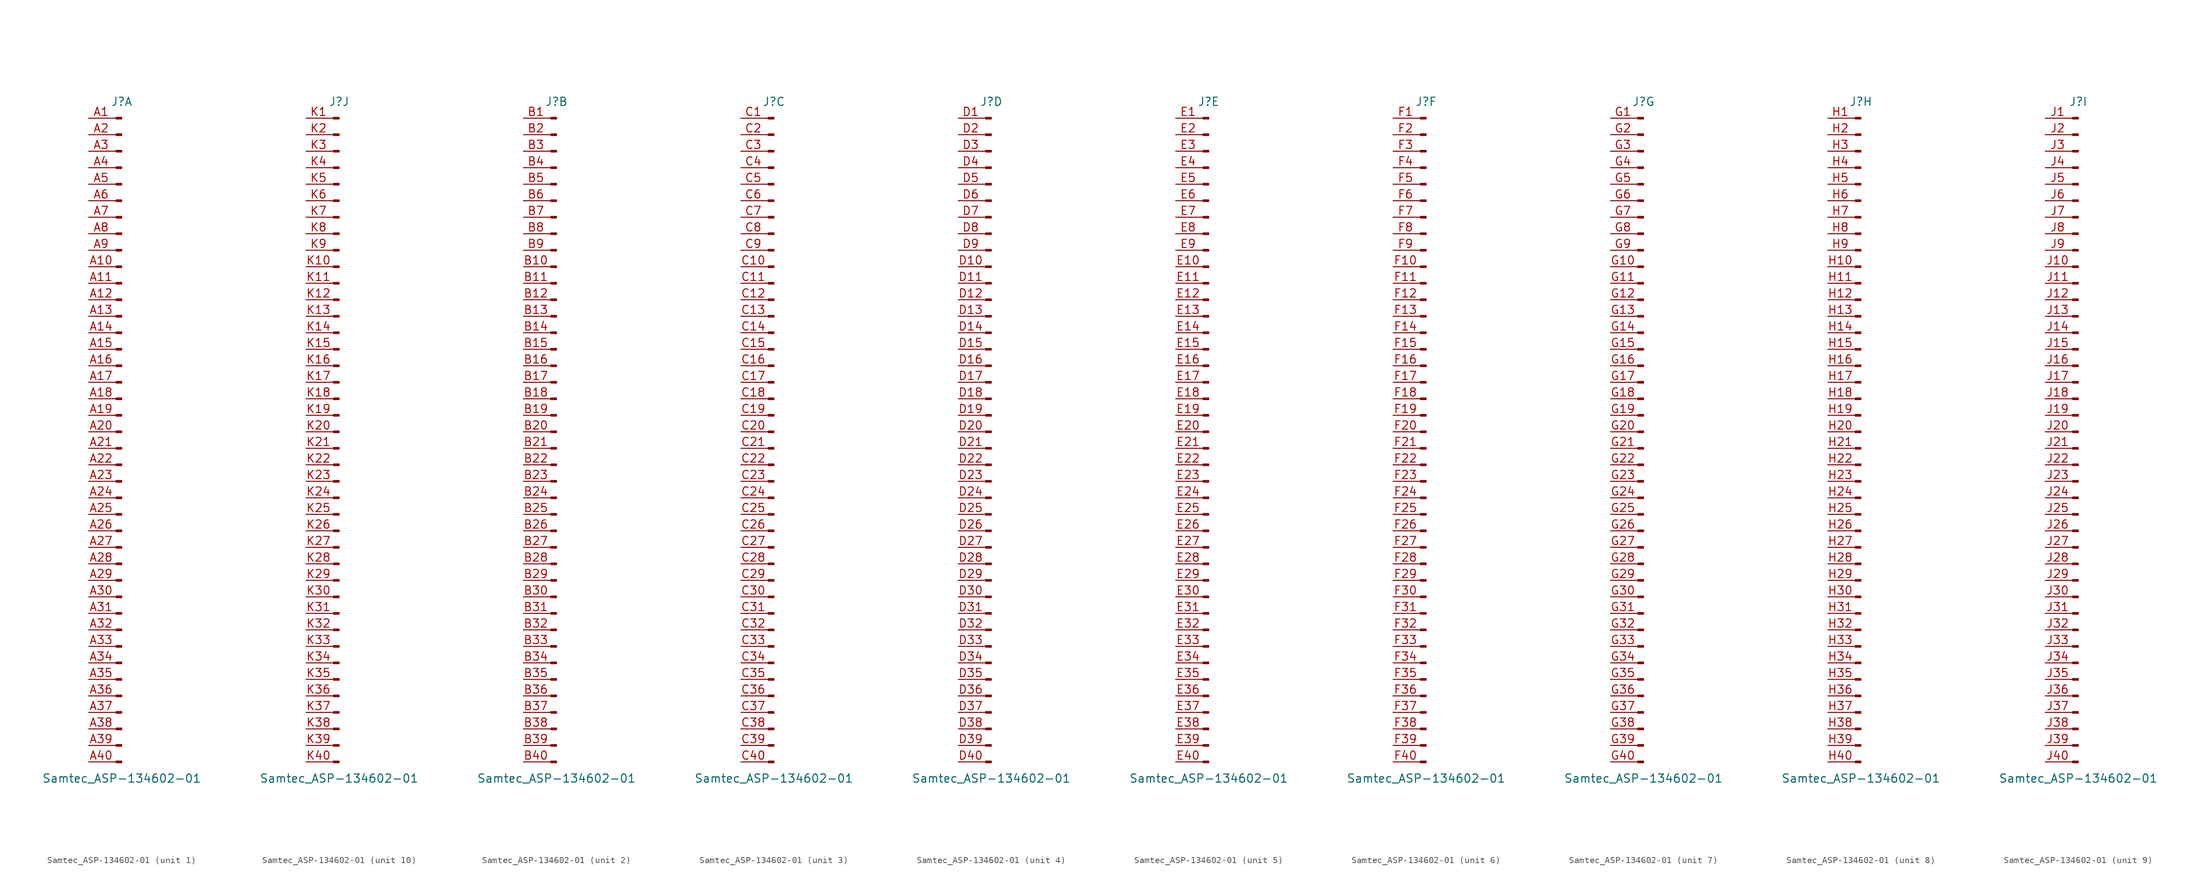
<source format=kicad_sym>
(kicad_symbol_lib
  (version 20201005)
  (generator kicad_symbol_editor)
  (symbol "Samtec_ASP-134602-01"
    (pin_names
      (offset 1.016) hide)
    (property "Reference" "J"
      (at 0 50.8 0)
      (effects (font (size 1.27 1.27))))
    (property "Value" "Samtec_ASP-134602-01"
      (at 0 -53.34 0)
      (effects (font (size 1.27 1.27))))
    (symbol "Samtec_ASP-134602-01_1_1"
      (rectangle (start -0.864 -50.673) (end 0 -50.927) (stroke (width 0.152)) (fill (type outline)))
      (rectangle (start -0.864 -48.133) (end 0 -48.387) (stroke (width 0.152)) (fill (type outline)))
      (rectangle (start -0.864 -45.593) (end 0 -45.847) (stroke (width 0.152)) (fill (type outline)))
      (rectangle (start -0.864 -43.053) (end 0 -43.307) (stroke (width 0.152)) (fill (type outline)))
      (rectangle (start -0.864 -40.513) (end 0 -40.767) (stroke (width 0.152)) (fill (type outline)))
      (rectangle (start -0.864 -37.973) (end 0 -38.227) (stroke (width 0.152)) (fill (type outline)))
      (rectangle (start -0.864 -35.433) (end 0 -35.687) (stroke (width 0.152)) (fill (type outline)))
      (rectangle (start -0.864 -32.893) (end 0 -33.147) (stroke (width 0.152)) (fill (type outline)))
      (rectangle (start -0.864 -30.353) (end 0 -30.607) (stroke (width 0.152)) (fill (type outline)))
      (rectangle (start -0.864 -27.813) (end 0 -28.067) (stroke (width 0.152)) (fill (type outline)))
      (rectangle (start -0.864 -25.273) (end 0 -25.527) (stroke (width 0.152)) (fill (type outline)))
      (rectangle (start -0.864 -22.733) (end 0 -22.987) (stroke (width 0.152)) (fill (type outline)))
      (rectangle (start -0.864 -20.193) (end 0 -20.447) (stroke (width 0.152)) (fill (type outline)))
      (rectangle (start -0.864 -17.653) (end 0 -17.907) (stroke (width 0.152)) (fill (type outline)))
      (rectangle (start -0.864 -15.113) (end 0 -15.367) (stroke (width 0.152)) (fill (type outline)))
      (rectangle (start -0.864 -12.573) (end 0 -12.827) (stroke (width 0.152)) (fill (type outline)))
      (rectangle (start -0.864 -10.033) (end 0 -10.287) (stroke (width 0.152)) (fill (type outline)))
      (rectangle (start -0.864 -7.493) (end 0 -7.747) (stroke (width 0.152)) (fill (type outline)))
      (rectangle (start -0.864 -4.953) (end 0 -5.207) (stroke (width 0.152)) (fill (type outline)))
      (rectangle (start -0.864 -2.413) (end 0 -2.667) (stroke (width 0.152)) (fill (type outline)))
      (rectangle (start -0.864 0.127) (end 0 -0.127) (stroke (width 0.152)) (fill (type outline)))
      (rectangle (start -0.864 2.667) (end 0 2.413) (stroke (width 0.152)) (fill (type outline)))
      (rectangle (start -0.864 5.207) (end 0 4.953) (stroke (width 0.152)) (fill (type outline)))
      (rectangle (start -0.864 7.747) (end 0 7.493) (stroke (width 0.152)) (fill (type outline)))
      (rectangle (start -0.864 10.287) (end 0 10.033) (stroke (width 0.152)) (fill (type outline)))
      (rectangle (start -0.864 12.827) (end 0 12.573) (stroke (width 0.152)) (fill (type outline)))
      (rectangle (start -0.864 15.367) (end 0 15.113) (stroke (width 0.152)) (fill (type outline)))
      (rectangle (start -0.864 17.907) (end 0 17.653) (stroke (width 0.152)) (fill (type outline)))
      (rectangle (start -0.864 20.447) (end 0 20.193) (stroke (width 0.152)) (fill (type outline)))
      (rectangle (start -0.864 22.987) (end 0 22.733) (stroke (width 0.152)) (fill (type outline)))
      (rectangle (start -0.864 25.527) (end 0 25.273) (stroke (width 0.152)) (fill (type outline)))
      (rectangle (start -0.864 28.067) (end 0 27.813) (stroke (width 0.152)) (fill (type outline)))
      (rectangle (start -0.864 30.607) (end 0 30.353) (stroke (width 0.152)) (fill (type outline)))
      (rectangle (start -0.864 33.147) (end 0 32.893) (stroke (width 0.152)) (fill (type outline)))
      (rectangle (start -0.864 35.687) (end 0 35.433) (stroke (width 0.152)) (fill (type outline)))
      (rectangle (start -0.864 38.227) (end 0 37.973) (stroke (width 0.152)) (fill (type outline)))
      (rectangle (start -0.864 40.767) (end 0 40.513) (stroke (width 0.152)) (fill (type outline)))
      (rectangle (start -0.864 43.307) (end 0 43.053) (stroke (width 0.152)) (fill (type outline)))
      (rectangle (start -0.864 45.847) (end 0 45.593) (stroke (width 0.152)) (fill (type outline)))
      (rectangle (start -0.864 48.387) (end 0 48.133) (stroke (width 0.152)) (fill (type outline)))
      (polyline (pts (xy -1.27 -50.8) (xy -0.864 -50.8)) (stroke (width 0.152)) (fill (type none)))
      (polyline (pts (xy -1.27 -48.26) (xy -0.864 -48.26)) (stroke (width 0.152)) (fill (type none)))
      (polyline (pts (xy -1.27 -45.72) (xy -0.864 -45.72)) (stroke (width 0.152)) (fill (type none)))
      (polyline (pts (xy -1.27 -43.18) (xy -0.864 -43.18)) (stroke (width 0.152)) (fill (type none)))
      (polyline (pts (xy -1.27 -40.64) (xy -0.864 -40.64)) (stroke (width 0.152)) (fill (type none)))
      (polyline (pts (xy -1.27 -38.1) (xy -0.864 -38.1)) (stroke (width 0.152)) (fill (type none)))
      (polyline (pts (xy -1.27 -35.56) (xy -0.864 -35.56)) (stroke (width 0.152)) (fill (type none)))
      (polyline (pts (xy -1.27 -33.02) (xy -0.864 -33.02)) (stroke (width 0.152)) (fill (type none)))
      (polyline (pts (xy -1.27 -30.48) (xy -0.864 -30.48)) (stroke (width 0.152)) (fill (type none)))
      (polyline (pts (xy -1.27 -27.94) (xy -0.864 -27.94)) (stroke (width 0.152)) (fill (type none)))
      (polyline (pts (xy -1.27 -25.4) (xy -0.864 -25.4)) (stroke (width 0.152)) (fill (type none)))
      (polyline (pts (xy -1.27 -22.86) (xy -0.864 -22.86)) (stroke (width 0.152)) (fill (type none)))
      (polyline (pts (xy -1.27 -20.32) (xy -0.864 -20.32)) (stroke (width 0.152)) (fill (type none)))
      (polyline (pts (xy -1.27 -17.78) (xy -0.864 -17.78)) (stroke (width 0.152)) (fill (type none)))
      (polyline (pts (xy -1.27 -15.24) (xy -0.864 -15.24)) (stroke (width 0.152)) (fill (type none)))
      (polyline (pts (xy -1.27 -12.7) (xy -0.864 -12.7)) (stroke (width 0.152)) (fill (type none)))
      (polyline (pts (xy -1.27 -10.16) (xy -0.864 -10.16)) (stroke (width 0.152)) (fill (type none)))
      (polyline (pts (xy -1.27 -7.62) (xy -0.864 -7.62)) (stroke (width 0.152)) (fill (type none)))
      (polyline (pts (xy -1.27 -5.08) (xy -0.864 -5.08)) (stroke (width 0.152)) (fill (type none)))
      (polyline (pts (xy -1.27 -2.54) (xy -0.864 -2.54)) (stroke (width 0.152)) (fill (type none)))
      (polyline (pts (xy -1.27 0) (xy -0.864 0)) (stroke (width 0.152)) (fill (type none)))
      (polyline (pts (xy -1.27 2.54) (xy -0.864 2.54)) (stroke (width 0.152)) (fill (type none)))
      (polyline (pts (xy -1.27 5.08) (xy -0.864 5.08)) (stroke (width 0.152)) (fill (type none)))
      (polyline (pts (xy -1.27 7.62) (xy -0.864 7.62)) (stroke (width 0.152)) (fill (type none)))
      (polyline (pts (xy -1.27 10.16) (xy -0.864 10.16)) (stroke (width 0.152)) (fill (type none)))
      (polyline (pts (xy -1.27 12.7) (xy -0.864 12.7)) (stroke (width 0.152)) (fill (type none)))
      (polyline (pts (xy -1.27 15.24) (xy -0.864 15.24)) (stroke (width 0.152)) (fill (type none)))
      (polyline (pts (xy -1.27 17.78) (xy -0.864 17.78)) (stroke (width 0.152)) (fill (type none)))
      (polyline (pts (xy -1.27 20.32) (xy -0.864 20.32)) (stroke (width 0.152)) (fill (type none)))
      (polyline (pts (xy -1.27 22.86) (xy -0.864 22.86)) (stroke (width 0.152)) (fill (type none)))
      (polyline (pts (xy -1.27 25.4) (xy -0.864 25.4)) (stroke (width 0.152)) (fill (type none)))
      (polyline (pts (xy -1.27 27.94) (xy -0.864 27.94)) (stroke (width 0.152)) (fill (type none)))
      (polyline (pts (xy -1.27 30.48) (xy -0.864 30.48)) (stroke (width 0.152)) (fill (type none)))
      (polyline (pts (xy -1.27 33.02) (xy -0.864 33.02)) (stroke (width 0.152)) (fill (type none)))
      (polyline (pts (xy -1.27 35.56) (xy -0.864 35.56)) (stroke (width 0.152)) (fill (type none)))
      (polyline (pts (xy -1.27 38.1) (xy -0.864 38.1)) (stroke (width 0.152)) (fill (type none)))
      (polyline (pts (xy -1.27 40.64) (xy -0.864 40.64)) (stroke (width 0.152)) (fill (type none)))
      (polyline (pts (xy -1.27 43.18) (xy -0.864 43.18)) (stroke (width 0.152)) (fill (type none)))
      (polyline (pts (xy -1.27 45.72) (xy -0.864 45.72)) (stroke (width 0.152)) (fill (type none)))
      (polyline (pts (xy -1.27 48.26) (xy -0.864 48.26)) (stroke (width 0.152)) (fill (type none)))
      (pin passive line (at -5.08 48.26 0) (length 3.81) (name "Pin_1" (effects (font (size 1.27 1.27)))) (number "A1" (effects (font (size 1.27 1.27)))))
      (pin passive line (at -5.08 25.4 0) (length 3.81) (name "Pin_10" (effects (font (size 1.27 1.27)))) (number "A10" (effects (font (size 1.27 1.27)))))
      (pin passive line (at -5.08 22.86 0) (length 3.81) (name "Pin_11" (effects (font (size 1.27 1.27)))) (number "A11" (effects (font (size 1.27 1.27)))))
      (pin passive line (at -5.08 20.32 0) (length 3.81) (name "Pin_12" (effects (font (size 1.27 1.27)))) (number "A12" (effects (font (size 1.27 1.27)))))
      (pin passive line (at -5.08 17.78 0) (length 3.81) (name "Pin_13" (effects (font (size 1.27 1.27)))) (number "A13" (effects (font (size 1.27 1.27)))))
      (pin passive line (at -5.08 15.24 0) (length 3.81) (name "Pin_14" (effects (font (size 1.27 1.27)))) (number "A14" (effects (font (size 1.27 1.27)))))
      (pin passive line (at -5.08 12.7 0) (length 3.81) (name "Pin_15" (effects (font (size 1.27 1.27)))) (number "A15" (effects (font (size 1.27 1.27)))))
      (pin passive line (at -5.08 10.16 0) (length 3.81) (name "Pin_16" (effects (font (size 1.27 1.27)))) (number "A16" (effects (font (size 1.27 1.27)))))
      (pin passive line (at -5.08 7.62 0) (length 3.81) (name "Pin_17" (effects (font (size 1.27 1.27)))) (number "A17" (effects (font (size 1.27 1.27)))))
      (pin passive line (at -5.08 5.08 0) (length 3.81) (name "Pin_18" (effects (font (size 1.27 1.27)))) (number "A18" (effects (font (size 1.27 1.27)))))
      (pin passive line (at -5.08 2.54 0) (length 3.81) (name "Pin_19" (effects (font (size 1.27 1.27)))) (number "A19" (effects (font (size 1.27 1.27)))))
      (pin passive line (at -5.08 45.72 0) (length 3.81) (name "Pin_2" (effects (font (size 1.27 1.27)))) (number "A2" (effects (font (size 1.27 1.27)))))
      (pin passive line (at -5.08 0 0) (length 3.81) (name "Pin_20" (effects (font (size 1.27 1.27)))) (number "A20" (effects (font (size 1.27 1.27)))))
      (pin passive line (at -5.08 -2.54 0) (length 3.81) (name "Pin_21" (effects (font (size 1.27 1.27)))) (number "A21" (effects (font (size 1.27 1.27)))))
      (pin passive line (at -5.08 -5.08 0) (length 3.81) (name "Pin_22" (effects (font (size 1.27 1.27)))) (number "A22" (effects (font (size 1.27 1.27)))))
      (pin passive line (at -5.08 -7.62 0) (length 3.81) (name "Pin_23" (effects (font (size 1.27 1.27)))) (number "A23" (effects (font (size 1.27 1.27)))))
      (pin passive line (at -5.08 -10.16 0) (length 3.81) (name "Pin_24" (effects (font (size 1.27 1.27)))) (number "A24" (effects (font (size 1.27 1.27)))))
      (pin passive line (at -5.08 -12.7 0) (length 3.81) (name "Pin_25" (effects (font (size 1.27 1.27)))) (number "A25" (effects (font (size 1.27 1.27)))))
      (pin passive line (at -5.08 -15.24 0) (length 3.81) (name "Pin_26" (effects (font (size 1.27 1.27)))) (number "A26" (effects (font (size 1.27 1.27)))))
      (pin passive line (at -5.08 -17.78 0) (length 3.81) (name "Pin_27" (effects (font (size 1.27 1.27)))) (number "A27" (effects (font (size 1.27 1.27)))))
      (pin passive line (at -5.08 -20.32 0) (length 3.81) (name "Pin_28" (effects (font (size 1.27 1.27)))) (number "A28" (effects (font (size 1.27 1.27)))))
      (pin passive line (at -5.08 -22.86 0) (length 3.81) (name "Pin_29" (effects (font (size 1.27 1.27)))) (number "A29" (effects (font (size 1.27 1.27)))))
      (pin passive line (at -5.08 43.18 0) (length 3.81) (name "Pin_3" (effects (font (size 1.27 1.27)))) (number "A3" (effects (font (size 1.27 1.27)))))
      (pin passive line (at -5.08 -25.4 0) (length 3.81) (name "Pin_30" (effects (font (size 1.27 1.27)))) (number "A30" (effects (font (size 1.27 1.27)))))
      (pin passive line (at -5.08 -27.94 0) (length 3.81) (name "Pin_31" (effects (font (size 1.27 1.27)))) (number "A31" (effects (font (size 1.27 1.27)))))
      (pin passive line (at -5.08 -30.48 0) (length 3.81) (name "Pin_32" (effects (font (size 1.27 1.27)))) (number "A32" (effects (font (size 1.27 1.27)))))
      (pin passive line (at -5.08 -33.02 0) (length 3.81) (name "Pin_33" (effects (font (size 1.27 1.27)))) (number "A33" (effects (font (size 1.27 1.27)))))
      (pin passive line (at -5.08 -35.56 0) (length 3.81) (name "Pin_34" (effects (font (size 1.27 1.27)))) (number "A34" (effects (font (size 1.27 1.27)))))
      (pin passive line (at -5.08 -38.1 0) (length 3.81) (name "Pin_35" (effects (font (size 1.27 1.27)))) (number "A35" (effects (font (size 1.27 1.27)))))
      (pin passive line (at -5.08 -40.64 0) (length 3.81) (name "Pin_36" (effects (font (size 1.27 1.27)))) (number "A36" (effects (font (size 1.27 1.27)))))
      (pin passive line (at -5.08 -43.18 0) (length 3.81) (name "Pin_37" (effects (font (size 1.27 1.27)))) (number "A37" (effects (font (size 1.27 1.27)))))
      (pin passive line (at -5.08 -45.72 0) (length 3.81) (name "Pin_38" (effects (font (size 1.27 1.27)))) (number "A38" (effects (font (size 1.27 1.27)))))
      (pin passive line (at -5.08 -48.26 0) (length 3.81) (name "Pin_39" (effects (font (size 1.27 1.27)))) (number "A39" (effects (font (size 1.27 1.27)))))
      (pin passive line (at -5.08 40.64 0) (length 3.81) (name "Pin_4" (effects (font (size 1.27 1.27)))) (number "A4" (effects (font (size 1.27 1.27)))))
      (pin passive line (at -5.08 -50.8 0) (length 3.81) (name "Pin_40" (effects (font (size 1.27 1.27)))) (number "A40" (effects (font (size 1.27 1.27)))))
      (pin passive line (at -5.08 38.1 0) (length 3.81) (name "Pin_5" (effects (font (size 1.27 1.27)))) (number "A5" (effects (font (size 1.27 1.27)))))
      (pin passive line (at -5.08 35.56 0) (length 3.81) (name "Pin_6" (effects (font (size 1.27 1.27)))) (number "A6" (effects (font (size 1.27 1.27)))))
      (pin passive line (at -5.08 33.02 0) (length 3.81) (name "Pin_7" (effects (font (size 1.27 1.27)))) (number "A7" (effects (font (size 1.27 1.27)))))
      (pin passive line (at -5.08 30.48 0) (length 3.81) (name "Pin_8" (effects (font (size 1.27 1.27)))) (number "A8" (effects (font (size 1.27 1.27)))))
      (pin passive line (at -5.08 27.94 0) (length 3.81) (name "Pin_9" (effects (font (size 1.27 1.27)))) (number "A9" (effects (font (size 1.27 1.27))))))
    (symbol "Samtec_ASP-134602-01_2_1"
      (rectangle (start -0.864 -50.673) (end 0 -50.927) (stroke (width 0.152)) (fill (type outline)))
      (rectangle (start -0.864 -48.133) (end 0 -48.387) (stroke (width 0.152)) (fill (type outline)))
      (rectangle (start -0.864 -45.593) (end 0 -45.847) (stroke (width 0.152)) (fill (type outline)))
      (rectangle (start -0.864 -43.053) (end 0 -43.307) (stroke (width 0.152)) (fill (type outline)))
      (rectangle (start -0.864 -40.513) (end 0 -40.767) (stroke (width 0.152)) (fill (type outline)))
      (rectangle (start -0.864 -37.973) (end 0 -38.227) (stroke (width 0.152)) (fill (type outline)))
      (rectangle (start -0.864 -35.433) (end 0 -35.687) (stroke (width 0.152)) (fill (type outline)))
      (rectangle (start -0.864 -32.893) (end 0 -33.147) (stroke (width 0.152)) (fill (type outline)))
      (rectangle (start -0.864 -30.353) (end 0 -30.607) (stroke (width 0.152)) (fill (type outline)))
      (rectangle (start -0.864 -27.813) (end 0 -28.067) (stroke (width 0.152)) (fill (type outline)))
      (rectangle (start -0.864 -25.273) (end 0 -25.527) (stroke (width 0.152)) (fill (type outline)))
      (rectangle (start -0.864 -22.733) (end 0 -22.987) (stroke (width 0.152)) (fill (type outline)))
      (rectangle (start -0.864 -20.193) (end 0 -20.447) (stroke (width 0.152)) (fill (type outline)))
      (rectangle (start -0.864 -17.653) (end 0 -17.907) (stroke (width 0.152)) (fill (type outline)))
      (rectangle (start -0.864 -15.113) (end 0 -15.367) (stroke (width 0.152)) (fill (type outline)))
      (rectangle (start -0.864 -12.573) (end 0 -12.827) (stroke (width 0.152)) (fill (type outline)))
      (rectangle (start -0.864 -10.033) (end 0 -10.287) (stroke (width 0.152)) (fill (type outline)))
      (rectangle (start -0.864 -7.493) (end 0 -7.747) (stroke (width 0.152)) (fill (type outline)))
      (rectangle (start -0.864 -4.953) (end 0 -5.207) (stroke (width 0.152)) (fill (type outline)))
      (rectangle (start -0.864 -2.413) (end 0 -2.667) (stroke (width 0.152)) (fill (type outline)))
      (rectangle (start -0.864 0.127) (end 0 -0.127) (stroke (width 0.152)) (fill (type outline)))
      (rectangle (start -0.864 2.667) (end 0 2.413) (stroke (width 0.152)) (fill (type outline)))
      (rectangle (start -0.864 5.207) (end 0 4.953) (stroke (width 0.152)) (fill (type outline)))
      (rectangle (start -0.864 7.747) (end 0 7.493) (stroke (width 0.152)) (fill (type outline)))
      (rectangle (start -0.864 10.287) (end 0 10.033) (stroke (width 0.152)) (fill (type outline)))
      (rectangle (start -0.864 12.827) (end 0 12.573) (stroke (width 0.152)) (fill (type outline)))
      (rectangle (start -0.864 15.367) (end 0 15.113) (stroke (width 0.152)) (fill (type outline)))
      (rectangle (start -0.864 17.907) (end 0 17.653) (stroke (width 0.152)) (fill (type outline)))
      (rectangle (start -0.864 20.447) (end 0 20.193) (stroke (width 0.152)) (fill (type outline)))
      (rectangle (start -0.864 22.987) (end 0 22.733) (stroke (width 0.152)) (fill (type outline)))
      (rectangle (start -0.864 25.527) (end 0 25.273) (stroke (width 0.152)) (fill (type outline)))
      (rectangle (start -0.864 28.067) (end 0 27.813) (stroke (width 0.152)) (fill (type outline)))
      (rectangle (start -0.864 30.607) (end 0 30.353) (stroke (width 0.152)) (fill (type outline)))
      (rectangle (start -0.864 33.147) (end 0 32.893) (stroke (width 0.152)) (fill (type outline)))
      (rectangle (start -0.864 35.687) (end 0 35.433) (stroke (width 0.152)) (fill (type outline)))
      (rectangle (start -0.864 38.227) (end 0 37.973) (stroke (width 0.152)) (fill (type outline)))
      (rectangle (start -0.864 40.767) (end 0 40.513) (stroke (width 0.152)) (fill (type outline)))
      (rectangle (start -0.864 43.307) (end 0 43.053) (stroke (width 0.152)) (fill (type outline)))
      (rectangle (start -0.864 45.847) (end 0 45.593) (stroke (width 0.152)) (fill (type outline)))
      (rectangle (start -0.864 48.387) (end 0 48.133) (stroke (width 0.152)) (fill (type outline)))
      (polyline (pts (xy -1.27 -50.8) (xy -0.864 -50.8)) (stroke (width 0.152)) (fill (type none)))
      (polyline (pts (xy -1.27 -48.26) (xy -0.864 -48.26)) (stroke (width 0.152)) (fill (type none)))
      (polyline (pts (xy -1.27 -45.72) (xy -0.864 -45.72)) (stroke (width 0.152)) (fill (type none)))
      (polyline (pts (xy -1.27 -43.18) (xy -0.864 -43.18)) (stroke (width 0.152)) (fill (type none)))
      (polyline (pts (xy -1.27 -40.64) (xy -0.864 -40.64)) (stroke (width 0.152)) (fill (type none)))
      (polyline (pts (xy -1.27 -38.1) (xy -0.864 -38.1)) (stroke (width 0.152)) (fill (type none)))
      (polyline (pts (xy -1.27 -35.56) (xy -0.864 -35.56)) (stroke (width 0.152)) (fill (type none)))
      (polyline (pts (xy -1.27 -33.02) (xy -0.864 -33.02)) (stroke (width 0.152)) (fill (type none)))
      (polyline (pts (xy -1.27 -30.48) (xy -0.864 -30.48)) (stroke (width 0.152)) (fill (type none)))
      (polyline (pts (xy -1.27 -27.94) (xy -0.864 -27.94)) (stroke (width 0.152)) (fill (type none)))
      (polyline (pts (xy -1.27 -25.4) (xy -0.864 -25.4)) (stroke (width 0.152)) (fill (type none)))
      (polyline (pts (xy -1.27 -22.86) (xy -0.864 -22.86)) (stroke (width 0.152)) (fill (type none)))
      (polyline (pts (xy -1.27 -20.32) (xy -0.864 -20.32)) (stroke (width 0.152)) (fill (type none)))
      (polyline (pts (xy -1.27 -17.78) (xy -0.864 -17.78)) (stroke (width 0.152)) (fill (type none)))
      (polyline (pts (xy -1.27 -15.24) (xy -0.864 -15.24)) (stroke (width 0.152)) (fill (type none)))
      (polyline (pts (xy -1.27 -12.7) (xy -0.864 -12.7)) (stroke (width 0.152)) (fill (type none)))
      (polyline (pts (xy -1.27 -10.16) (xy -0.864 -10.16)) (stroke (width 0.152)) (fill (type none)))
      (polyline (pts (xy -1.27 -7.62) (xy -0.864 -7.62)) (stroke (width 0.152)) (fill (type none)))
      (polyline (pts (xy -1.27 -5.08) (xy -0.864 -5.08)) (stroke (width 0.152)) (fill (type none)))
      (polyline (pts (xy -1.27 -2.54) (xy -0.864 -2.54)) (stroke (width 0.152)) (fill (type none)))
      (polyline (pts (xy -1.27 0) (xy -0.864 0)) (stroke (width 0.152)) (fill (type none)))
      (polyline (pts (xy -1.27 2.54) (xy -0.864 2.54)) (stroke (width 0.152)) (fill (type none)))
      (polyline (pts (xy -1.27 5.08) (xy -0.864 5.08)) (stroke (width 0.152)) (fill (type none)))
      (polyline (pts (xy -1.27 7.62) (xy -0.864 7.62)) (stroke (width 0.152)) (fill (type none)))
      (polyline (pts (xy -1.27 10.16) (xy -0.864 10.16)) (stroke (width 0.152)) (fill (type none)))
      (polyline (pts (xy -1.27 12.7) (xy -0.864 12.7)) (stroke (width 0.152)) (fill (type none)))
      (polyline (pts (xy -1.27 15.24) (xy -0.864 15.24)) (stroke (width 0.152)) (fill (type none)))
      (polyline (pts (xy -1.27 17.78) (xy -0.864 17.78)) (stroke (width 0.152)) (fill (type none)))
      (polyline (pts (xy -1.27 20.32) (xy -0.864 20.32)) (stroke (width 0.152)) (fill (type none)))
      (polyline (pts (xy -1.27 22.86) (xy -0.864 22.86)) (stroke (width 0.152)) (fill (type none)))
      (polyline (pts (xy -1.27 25.4) (xy -0.864 25.4)) (stroke (width 0.152)) (fill (type none)))
      (polyline (pts (xy -1.27 27.94) (xy -0.864 27.94)) (stroke (width 0.152)) (fill (type none)))
      (polyline (pts (xy -1.27 30.48) (xy -0.864 30.48)) (stroke (width 0.152)) (fill (type none)))
      (polyline (pts (xy -1.27 33.02) (xy -0.864 33.02)) (stroke (width 0.152)) (fill (type none)))
      (polyline (pts (xy -1.27 35.56) (xy -0.864 35.56)) (stroke (width 0.152)) (fill (type none)))
      (polyline (pts (xy -1.27 38.1) (xy -0.864 38.1)) (stroke (width 0.152)) (fill (type none)))
      (polyline (pts (xy -1.27 40.64) (xy -0.864 40.64)) (stroke (width 0.152)) (fill (type none)))
      (polyline (pts (xy -1.27 43.18) (xy -0.864 43.18)) (stroke (width 0.152)) (fill (type none)))
      (polyline (pts (xy -1.27 45.72) (xy -0.864 45.72)) (stroke (width 0.152)) (fill (type none)))
      (polyline (pts (xy -1.27 48.26) (xy -0.864 48.26)) (stroke (width 0.152)) (fill (type none)))
      (pin passive line (at -5.08 48.26 0) (length 3.81) (name "Pin_1" (effects (font (size 1.27 1.27)))) (number "B1" (effects (font (size 1.27 1.27)))))
      (pin passive line (at -5.08 25.4 0) (length 3.81) (name "Pin_10" (effects (font (size 1.27 1.27)))) (number "B10" (effects (font (size 1.27 1.27)))))
      (pin passive line (at -5.08 22.86 0) (length 3.81) (name "Pin_11" (effects (font (size 1.27 1.27)))) (number "B11" (effects (font (size 1.27 1.27)))))
      (pin passive line (at -5.08 20.32 0) (length 3.81) (name "Pin_12" (effects (font (size 1.27 1.27)))) (number "B12" (effects (font (size 1.27 1.27)))))
      (pin passive line (at -5.08 17.78 0) (length 3.81) (name "Pin_13" (effects (font (size 1.27 1.27)))) (number "B13" (effects (font (size 1.27 1.27)))))
      (pin passive line (at -5.08 15.24 0) (length 3.81) (name "Pin_14" (effects (font (size 1.27 1.27)))) (number "B14" (effects (font (size 1.27 1.27)))))
      (pin passive line (at -5.08 12.7 0) (length 3.81) (name "Pin_15" (effects (font (size 1.27 1.27)))) (number "B15" (effects (font (size 1.27 1.27)))))
      (pin passive line (at -5.08 10.16 0) (length 3.81) (name "Pin_16" (effects (font (size 1.27 1.27)))) (number "B16" (effects (font (size 1.27 1.27)))))
      (pin passive line (at -5.08 7.62 0) (length 3.81) (name "Pin_17" (effects (font (size 1.27 1.27)))) (number "B17" (effects (font (size 1.27 1.27)))))
      (pin passive line (at -5.08 5.08 0) (length 3.81) (name "Pin_18" (effects (font (size 1.27 1.27)))) (number "B18" (effects (font (size 1.27 1.27)))))
      (pin passive line (at -5.08 2.54 0) (length 3.81) (name "Pin_19" (effects (font (size 1.27 1.27)))) (number "B19" (effects (font (size 1.27 1.27)))))
      (pin passive line (at -5.08 45.72 0) (length 3.81) (name "Pin_2" (effects (font (size 1.27 1.27)))) (number "B2" (effects (font (size 1.27 1.27)))))
      (pin passive line (at -5.08 0 0) (length 3.81) (name "Pin_20" (effects (font (size 1.27 1.27)))) (number "B20" (effects (font (size 1.27 1.27)))))
      (pin passive line (at -5.08 -2.54 0) (length 3.81) (name "Pin_21" (effects (font (size 1.27 1.27)))) (number "B21" (effects (font (size 1.27 1.27)))))
      (pin passive line (at -5.08 -5.08 0) (length 3.81) (name "Pin_22" (effects (font (size 1.27 1.27)))) (number "B22" (effects (font (size 1.27 1.27)))))
      (pin passive line (at -5.08 -7.62 0) (length 3.81) (name "Pin_23" (effects (font (size 1.27 1.27)))) (number "B23" (effects (font (size 1.27 1.27)))))
      (pin passive line (at -5.08 -10.16 0) (length 3.81) (name "Pin_24" (effects (font (size 1.27 1.27)))) (number "B24" (effects (font (size 1.27 1.27)))))
      (pin passive line (at -5.08 -12.7 0) (length 3.81) (name "Pin_25" (effects (font (size 1.27 1.27)))) (number "B25" (effects (font (size 1.27 1.27)))))
      (pin passive line (at -5.08 -15.24 0) (length 3.81) (name "Pin_26" (effects (font (size 1.27 1.27)))) (number "B26" (effects (font (size 1.27 1.27)))))
      (pin passive line (at -5.08 -17.78 0) (length 3.81) (name "Pin_27" (effects (font (size 1.27 1.27)))) (number "B27" (effects (font (size 1.27 1.27)))))
      (pin passive line (at -5.08 -20.32 0) (length 3.81) (name "Pin_28" (effects (font (size 1.27 1.27)))) (number "B28" (effects (font (size 1.27 1.27)))))
      (pin passive line (at -5.08 -22.86 0) (length 3.81) (name "Pin_29" (effects (font (size 1.27 1.27)))) (number "B29" (effects (font (size 1.27 1.27)))))
      (pin passive line (at -5.08 43.18 0) (length 3.81) (name "Pin_3" (effects (font (size 1.27 1.27)))) (number "B3" (effects (font (size 1.27 1.27)))))
      (pin passive line (at -5.08 -25.4 0) (length 3.81) (name "Pin_30" (effects (font (size 1.27 1.27)))) (number "B30" (effects (font (size 1.27 1.27)))))
      (pin passive line (at -5.08 -27.94 0) (length 3.81) (name "Pin_31" (effects (font (size 1.27 1.27)))) (number "B31" (effects (font (size 1.27 1.27)))))
      (pin passive line (at -5.08 -30.48 0) (length 3.81) (name "Pin_32" (effects (font (size 1.27 1.27)))) (number "B32" (effects (font (size 1.27 1.27)))))
      (pin passive line (at -5.08 -33.02 0) (length 3.81) (name "Pin_33" (effects (font (size 1.27 1.27)))) (number "B33" (effects (font (size 1.27 1.27)))))
      (pin passive line (at -5.08 -35.56 0) (length 3.81) (name "Pin_34" (effects (font (size 1.27 1.27)))) (number "B34" (effects (font (size 1.27 1.27)))))
      (pin passive line (at -5.08 -38.1 0) (length 3.81) (name "Pin_35" (effects (font (size 1.27 1.27)))) (number "B35" (effects (font (size 1.27 1.27)))))
      (pin passive line (at -5.08 -40.64 0) (length 3.81) (name "Pin_36" (effects (font (size 1.27 1.27)))) (number "B36" (effects (font (size 1.27 1.27)))))
      (pin passive line (at -5.08 -43.18 0) (length 3.81) (name "Pin_37" (effects (font (size 1.27 1.27)))) (number "B37" (effects (font (size 1.27 1.27)))))
      (pin passive line (at -5.08 -45.72 0) (length 3.81) (name "Pin_38" (effects (font (size 1.27 1.27)))) (number "B38" (effects (font (size 1.27 1.27)))))
      (pin passive line (at -5.08 -48.26 0) (length 3.81) (name "Pin_39" (effects (font (size 1.27 1.27)))) (number "B39" (effects (font (size 1.27 1.27)))))
      (pin passive line (at -5.08 40.64 0) (length 3.81) (name "Pin_4" (effects (font (size 1.27 1.27)))) (number "B4" (effects (font (size 1.27 1.27)))))
      (pin passive line (at -5.08 -50.8 0) (length 3.81) (name "Pin_40" (effects (font (size 1.27 1.27)))) (number "B40" (effects (font (size 1.27 1.27)))))
      (pin passive line (at -5.08 38.1 0) (length 3.81) (name "Pin_5" (effects (font (size 1.27 1.27)))) (number "B5" (effects (font (size 1.27 1.27)))))
      (pin passive line (at -5.08 35.56 0) (length 3.81) (name "Pin_6" (effects (font (size 1.27 1.27)))) (number "B6" (effects (font (size 1.27 1.27)))))
      (pin passive line (at -5.08 33.02 0) (length 3.81) (name "Pin_7" (effects (font (size 1.27 1.27)))) (number "B7" (effects (font (size 1.27 1.27)))))
      (pin passive line (at -5.08 30.48 0) (length 3.81) (name "Pin_8" (effects (font (size 1.27 1.27)))) (number "B8" (effects (font (size 1.27 1.27)))))
      (pin passive line (at -5.08 27.94 0) (length 3.81) (name "Pin_9" (effects (font (size 1.27 1.27)))) (number "B9" (effects (font (size 1.27 1.27))))))
    (symbol "Samtec_ASP-134602-01_3_1"
      (rectangle (start -0.864 -50.673) (end 0 -50.927) (stroke (width 0.152)) (fill (type outline)))
      (rectangle (start -0.864 -48.133) (end 0 -48.387) (stroke (width 0.152)) (fill (type outline)))
      (rectangle (start -0.864 -45.593) (end 0 -45.847) (stroke (width 0.152)) (fill (type outline)))
      (rectangle (start -0.864 -43.053) (end 0 -43.307) (stroke (width 0.152)) (fill (type outline)))
      (rectangle (start -0.864 -40.513) (end 0 -40.767) (stroke (width 0.152)) (fill (type outline)))
      (rectangle (start -0.864 -37.973) (end 0 -38.227) (stroke (width 0.152)) (fill (type outline)))
      (rectangle (start -0.864 -35.433) (end 0 -35.687) (stroke (width 0.152)) (fill (type outline)))
      (rectangle (start -0.864 -32.893) (end 0 -33.147) (stroke (width 0.152)) (fill (type outline)))
      (rectangle (start -0.864 -30.353) (end 0 -30.607) (stroke (width 0.152)) (fill (type outline)))
      (rectangle (start -0.864 -27.813) (end 0 -28.067) (stroke (width 0.152)) (fill (type outline)))
      (rectangle (start -0.864 -25.273) (end 0 -25.527) (stroke (width 0.152)) (fill (type outline)))
      (rectangle (start -0.864 -22.733) (end 0 -22.987) (stroke (width 0.152)) (fill (type outline)))
      (rectangle (start -0.864 -20.193) (end 0 -20.447) (stroke (width 0.152)) (fill (type outline)))
      (rectangle (start -0.864 -17.653) (end 0 -17.907) (stroke (width 0.152)) (fill (type outline)))
      (rectangle (start -0.864 -15.113) (end 0 -15.367) (stroke (width 0.152)) (fill (type outline)))
      (rectangle (start -0.864 -12.573) (end 0 -12.827) (stroke (width 0.152)) (fill (type outline)))
      (rectangle (start -0.864 -10.033) (end 0 -10.287) (stroke (width 0.152)) (fill (type outline)))
      (rectangle (start -0.864 -7.493) (end 0 -7.747) (stroke (width 0.152)) (fill (type outline)))
      (rectangle (start -0.864 -4.953) (end 0 -5.207) (stroke (width 0.152)) (fill (type outline)))
      (rectangle (start -0.864 -2.413) (end 0 -2.667) (stroke (width 0.152)) (fill (type outline)))
      (rectangle (start -0.864 0.127) (end 0 -0.127) (stroke (width 0.152)) (fill (type outline)))
      (rectangle (start -0.864 2.667) (end 0 2.413) (stroke (width 0.152)) (fill (type outline)))
      (rectangle (start -0.864 5.207) (end 0 4.953) (stroke (width 0.152)) (fill (type outline)))
      (rectangle (start -0.864 7.747) (end 0 7.493) (stroke (width 0.152)) (fill (type outline)))
      (rectangle (start -0.864 10.287) (end 0 10.033) (stroke (width 0.152)) (fill (type outline)))
      (rectangle (start -0.864 12.827) (end 0 12.573) (stroke (width 0.152)) (fill (type outline)))
      (rectangle (start -0.864 15.367) (end 0 15.113) (stroke (width 0.152)) (fill (type outline)))
      (rectangle (start -0.864 17.907) (end 0 17.653) (stroke (width 0.152)) (fill (type outline)))
      (rectangle (start -0.864 20.447) (end 0 20.193) (stroke (width 0.152)) (fill (type outline)))
      (rectangle (start -0.864 22.987) (end 0 22.733) (stroke (width 0.152)) (fill (type outline)))
      (rectangle (start -0.864 25.527) (end 0 25.273) (stroke (width 0.152)) (fill (type outline)))
      (rectangle (start -0.864 28.067) (end 0 27.813) (stroke (width 0.152)) (fill (type outline)))
      (rectangle (start -0.864 30.607) (end 0 30.353) (stroke (width 0.152)) (fill (type outline)))
      (rectangle (start -0.864 33.147) (end 0 32.893) (stroke (width 0.152)) (fill (type outline)))
      (rectangle (start -0.864 35.687) (end 0 35.433) (stroke (width 0.152)) (fill (type outline)))
      (rectangle (start -0.864 38.227) (end 0 37.973) (stroke (width 0.152)) (fill (type outline)))
      (rectangle (start -0.864 40.767) (end 0 40.513) (stroke (width 0.152)) (fill (type outline)))
      (rectangle (start -0.864 43.307) (end 0 43.053) (stroke (width 0.152)) (fill (type outline)))
      (rectangle (start -0.864 45.847) (end 0 45.593) (stroke (width 0.152)) (fill (type outline)))
      (rectangle (start -0.864 48.387) (end 0 48.133) (stroke (width 0.152)) (fill (type outline)))
      (polyline (pts (xy -1.27 -50.8) (xy -0.864 -50.8)) (stroke (width 0.152)) (fill (type none)))
      (polyline (pts (xy -1.27 -48.26) (xy -0.864 -48.26)) (stroke (width 0.152)) (fill (type none)))
      (polyline (pts (xy -1.27 -45.72) (xy -0.864 -45.72)) (stroke (width 0.152)) (fill (type none)))
      (polyline (pts (xy -1.27 -43.18) (xy -0.864 -43.18)) (stroke (width 0.152)) (fill (type none)))
      (polyline (pts (xy -1.27 -40.64) (xy -0.864 -40.64)) (stroke (width 0.152)) (fill (type none)))
      (polyline (pts (xy -1.27 -38.1) (xy -0.864 -38.1)) (stroke (width 0.152)) (fill (type none)))
      (polyline (pts (xy -1.27 -35.56) (xy -0.864 -35.56)) (stroke (width 0.152)) (fill (type none)))
      (polyline (pts (xy -1.27 -33.02) (xy -0.864 -33.02)) (stroke (width 0.152)) (fill (type none)))
      (polyline (pts (xy -1.27 -30.48) (xy -0.864 -30.48)) (stroke (width 0.152)) (fill (type none)))
      (polyline (pts (xy -1.27 -27.94) (xy -0.864 -27.94)) (stroke (width 0.152)) (fill (type none)))
      (polyline (pts (xy -1.27 -25.4) (xy -0.864 -25.4)) (stroke (width 0.152)) (fill (type none)))
      (polyline (pts (xy -1.27 -22.86) (xy -0.864 -22.86)) (stroke (width 0.152)) (fill (type none)))
      (polyline (pts (xy -1.27 -20.32) (xy -0.864 -20.32)) (stroke (width 0.152)) (fill (type none)))
      (polyline (pts (xy -1.27 -17.78) (xy -0.864 -17.78)) (stroke (width 0.152)) (fill (type none)))
      (polyline (pts (xy -1.27 -15.24) (xy -0.864 -15.24)) (stroke (width 0.152)) (fill (type none)))
      (polyline (pts (xy -1.27 -12.7) (xy -0.864 -12.7)) (stroke (width 0.152)) (fill (type none)))
      (polyline (pts (xy -1.27 -10.16) (xy -0.864 -10.16)) (stroke (width 0.152)) (fill (type none)))
      (polyline (pts (xy -1.27 -7.62) (xy -0.864 -7.62)) (stroke (width 0.152)) (fill (type none)))
      (polyline (pts (xy -1.27 -5.08) (xy -0.864 -5.08)) (stroke (width 0.152)) (fill (type none)))
      (polyline (pts (xy -1.27 -2.54) (xy -0.864 -2.54)) (stroke (width 0.152)) (fill (type none)))
      (polyline (pts (xy -1.27 0) (xy -0.864 0)) (stroke (width 0.152)) (fill (type none)))
      (polyline (pts (xy -1.27 2.54) (xy -0.864 2.54)) (stroke (width 0.152)) (fill (type none)))
      (polyline (pts (xy -1.27 5.08) (xy -0.864 5.08)) (stroke (width 0.152)) (fill (type none)))
      (polyline (pts (xy -1.27 7.62) (xy -0.864 7.62)) (stroke (width 0.152)) (fill (type none)))
      (polyline (pts (xy -1.27 10.16) (xy -0.864 10.16)) (stroke (width 0.152)) (fill (type none)))
      (polyline (pts (xy -1.27 12.7) (xy -0.864 12.7)) (stroke (width 0.152)) (fill (type none)))
      (polyline (pts (xy -1.27 15.24) (xy -0.864 15.24)) (stroke (width 0.152)) (fill (type none)))
      (polyline (pts (xy -1.27 17.78) (xy -0.864 17.78)) (stroke (width 0.152)) (fill (type none)))
      (polyline (pts (xy -1.27 20.32) (xy -0.864 20.32)) (stroke (width 0.152)) (fill (type none)))
      (polyline (pts (xy -1.27 22.86) (xy -0.864 22.86)) (stroke (width 0.152)) (fill (type none)))
      (polyline (pts (xy -1.27 25.4) (xy -0.864 25.4)) (stroke (width 0.152)) (fill (type none)))
      (polyline (pts (xy -1.27 27.94) (xy -0.864 27.94)) (stroke (width 0.152)) (fill (type none)))
      (polyline (pts (xy -1.27 30.48) (xy -0.864 30.48)) (stroke (width 0.152)) (fill (type none)))
      (polyline (pts (xy -1.27 33.02) (xy -0.864 33.02)) (stroke (width 0.152)) (fill (type none)))
      (polyline (pts (xy -1.27 35.56) (xy -0.864 35.56)) (stroke (width 0.152)) (fill (type none)))
      (polyline (pts (xy -1.27 38.1) (xy -0.864 38.1)) (stroke (width 0.152)) (fill (type none)))
      (polyline (pts (xy -1.27 40.64) (xy -0.864 40.64)) (stroke (width 0.152)) (fill (type none)))
      (polyline (pts (xy -1.27 43.18) (xy -0.864 43.18)) (stroke (width 0.152)) (fill (type none)))
      (polyline (pts (xy -1.27 45.72) (xy -0.864 45.72)) (stroke (width 0.152)) (fill (type none)))
      (polyline (pts (xy -1.27 48.26) (xy -0.864 48.26)) (stroke (width 0.152)) (fill (type none)))
      (pin passive line (at -5.08 48.26 0) (length 3.81) (name "Pin_1" (effects (font (size 1.27 1.27)))) (number "C1" (effects (font (size 1.27 1.27)))))
      (pin passive line (at -5.08 25.4 0) (length 3.81) (name "Pin_10" (effects (font (size 1.27 1.27)))) (number "C10" (effects (font (size 1.27 1.27)))))
      (pin passive line (at -5.08 22.86 0) (length 3.81) (name "Pin_11" (effects (font (size 1.27 1.27)))) (number "C11" (effects (font (size 1.27 1.27)))))
      (pin passive line (at -5.08 20.32 0) (length 3.81) (name "Pin_12" (effects (font (size 1.27 1.27)))) (number "C12" (effects (font (size 1.27 1.27)))))
      (pin passive line (at -5.08 17.78 0) (length 3.81) (name "Pin_13" (effects (font (size 1.27 1.27)))) (number "C13" (effects (font (size 1.27 1.27)))))
      (pin passive line (at -5.08 15.24 0) (length 3.81) (name "Pin_14" (effects (font (size 1.27 1.27)))) (number "C14" (effects (font (size 1.27 1.27)))))
      (pin passive line (at -5.08 12.7 0) (length 3.81) (name "Pin_15" (effects (font (size 1.27 1.27)))) (number "C15" (effects (font (size 1.27 1.27)))))
      (pin passive line (at -5.08 10.16 0) (length 3.81) (name "Pin_16" (effects (font (size 1.27 1.27)))) (number "C16" (effects (font (size 1.27 1.27)))))
      (pin passive line (at -5.08 7.62 0) (length 3.81) (name "Pin_17" (effects (font (size 1.27 1.27)))) (number "C17" (effects (font (size 1.27 1.27)))))
      (pin passive line (at -5.08 5.08 0) (length 3.81) (name "Pin_18" (effects (font (size 1.27 1.27)))) (number "C18" (effects (font (size 1.27 1.27)))))
      (pin passive line (at -5.08 2.54 0) (length 3.81) (name "Pin_19" (effects (font (size 1.27 1.27)))) (number "C19" (effects (font (size 1.27 1.27)))))
      (pin passive line (at -5.08 45.72 0) (length 3.81) (name "Pin_2" (effects (font (size 1.27 1.27)))) (number "C2" (effects (font (size 1.27 1.27)))))
      (pin passive line (at -5.08 0 0) (length 3.81) (name "Pin_20" (effects (font (size 1.27 1.27)))) (number "C20" (effects (font (size 1.27 1.27)))))
      (pin passive line (at -5.08 -2.54 0) (length 3.81) (name "Pin_21" (effects (font (size 1.27 1.27)))) (number "C21" (effects (font (size 1.27 1.27)))))
      (pin passive line (at -5.08 -5.08 0) (length 3.81) (name "Pin_22" (effects (font (size 1.27 1.27)))) (number "C22" (effects (font (size 1.27 1.27)))))
      (pin passive line (at -5.08 -7.62 0) (length 3.81) (name "Pin_23" (effects (font (size 1.27 1.27)))) (number "C23" (effects (font (size 1.27 1.27)))))
      (pin passive line (at -5.08 -10.16 0) (length 3.81) (name "Pin_24" (effects (font (size 1.27 1.27)))) (number "C24" (effects (font (size 1.27 1.27)))))
      (pin passive line (at -5.08 -12.7 0) (length 3.81) (name "Pin_25" (effects (font (size 1.27 1.27)))) (number "C25" (effects (font (size 1.27 1.27)))))
      (pin passive line (at -5.08 -15.24 0) (length 3.81) (name "Pin_26" (effects (font (size 1.27 1.27)))) (number "C26" (effects (font (size 1.27 1.27)))))
      (pin passive line (at -5.08 -17.78 0) (length 3.81) (name "Pin_27" (effects (font (size 1.27 1.27)))) (number "C27" (effects (font (size 1.27 1.27)))))
      (pin passive line (at -5.08 -20.32 0) (length 3.81) (name "Pin_28" (effects (font (size 1.27 1.27)))) (number "C28" (effects (font (size 1.27 1.27)))))
      (pin passive line (at -5.08 -22.86 0) (length 3.81) (name "Pin_29" (effects (font (size 1.27 1.27)))) (number "C29" (effects (font (size 1.27 1.27)))))
      (pin passive line (at -5.08 43.18 0) (length 3.81) (name "Pin_3" (effects (font (size 1.27 1.27)))) (number "C3" (effects (font (size 1.27 1.27)))))
      (pin passive line (at -5.08 -25.4 0) (length 3.81) (name "Pin_30" (effects (font (size 1.27 1.27)))) (number "C30" (effects (font (size 1.27 1.27)))))
      (pin passive line (at -5.08 -27.94 0) (length 3.81) (name "Pin_31" (effects (font (size 1.27 1.27)))) (number "C31" (effects (font (size 1.27 1.27)))))
      (pin passive line (at -5.08 -30.48 0) (length 3.81) (name "Pin_32" (effects (font (size 1.27 1.27)))) (number "C32" (effects (font (size 1.27 1.27)))))
      (pin passive line (at -5.08 -33.02 0) (length 3.81) (name "Pin_33" (effects (font (size 1.27 1.27)))) (number "C33" (effects (font (size 1.27 1.27)))))
      (pin passive line (at -5.08 -35.56 0) (length 3.81) (name "Pin_34" (effects (font (size 1.27 1.27)))) (number "C34" (effects (font (size 1.27 1.27)))))
      (pin passive line (at -5.08 -38.1 0) (length 3.81) (name "Pin_35" (effects (font (size 1.27 1.27)))) (number "C35" (effects (font (size 1.27 1.27)))))
      (pin passive line (at -5.08 -40.64 0) (length 3.81) (name "Pin_36" (effects (font (size 1.27 1.27)))) (number "C36" (effects (font (size 1.27 1.27)))))
      (pin passive line (at -5.08 -43.18 0) (length 3.81) (name "Pin_37" (effects (font (size 1.27 1.27)))) (number "C37" (effects (font (size 1.27 1.27)))))
      (pin passive line (at -5.08 -45.72 0) (length 3.81) (name "Pin_38" (effects (font (size 1.27 1.27)))) (number "C38" (effects (font (size 1.27 1.27)))))
      (pin passive line (at -5.08 -48.26 0) (length 3.81) (name "Pin_39" (effects (font (size 1.27 1.27)))) (number "C39" (effects (font (size 1.27 1.27)))))
      (pin passive line (at -5.08 40.64 0) (length 3.81) (name "Pin_4" (effects (font (size 1.27 1.27)))) (number "C4" (effects (font (size 1.27 1.27)))))
      (pin passive line (at -5.08 -50.8 0) (length 3.81) (name "Pin_40" (effects (font (size 1.27 1.27)))) (number "C40" (effects (font (size 1.27 1.27)))))
      (pin passive line (at -5.08 38.1 0) (length 3.81) (name "Pin_5" (effects (font (size 1.27 1.27)))) (number "C5" (effects (font (size 1.27 1.27)))))
      (pin passive line (at -5.08 35.56 0) (length 3.81) (name "Pin_6" (effects (font (size 1.27 1.27)))) (number "C6" (effects (font (size 1.27 1.27)))))
      (pin passive line (at -5.08 33.02 0) (length 3.81) (name "Pin_7" (effects (font (size 1.27 1.27)))) (number "C7" (effects (font (size 1.27 1.27)))))
      (pin passive line (at -5.08 30.48 0) (length 3.81) (name "Pin_8" (effects (font (size 1.27 1.27)))) (number "C8" (effects (font (size 1.27 1.27)))))
      (pin passive line (at -5.08 27.94 0) (length 3.81) (name "Pin_9" (effects (font (size 1.27 1.27)))) (number "C9" (effects (font (size 1.27 1.27))))))
    (symbol "Samtec_ASP-134602-01_4_1"
      (rectangle (start -0.864 -50.673) (end 0 -50.927) (stroke (width 0.152)) (fill (type outline)))
      (rectangle (start -0.864 -48.133) (end 0 -48.387) (stroke (width 0.152)) (fill (type outline)))
      (rectangle (start -0.864 -45.593) (end 0 -45.847) (stroke (width 0.152)) (fill (type outline)))
      (rectangle (start -0.864 -43.053) (end 0 -43.307) (stroke (width 0.152)) (fill (type outline)))
      (rectangle (start -0.864 -40.513) (end 0 -40.767) (stroke (width 0.152)) (fill (type outline)))
      (rectangle (start -0.864 -37.973) (end 0 -38.227) (stroke (width 0.152)) (fill (type outline)))
      (rectangle (start -0.864 -35.433) (end 0 -35.687) (stroke (width 0.152)) (fill (type outline)))
      (rectangle (start -0.864 -32.893) (end 0 -33.147) (stroke (width 0.152)) (fill (type outline)))
      (rectangle (start -0.864 -30.353) (end 0 -30.607) (stroke (width 0.152)) (fill (type outline)))
      (rectangle (start -0.864 -27.813) (end 0 -28.067) (stroke (width 0.152)) (fill (type outline)))
      (rectangle (start -0.864 -25.273) (end 0 -25.527) (stroke (width 0.152)) (fill (type outline)))
      (rectangle (start -0.864 -22.733) (end 0 -22.987) (stroke (width 0.152)) (fill (type outline)))
      (rectangle (start -0.864 -20.193) (end 0 -20.447) (stroke (width 0.152)) (fill (type outline)))
      (rectangle (start -0.864 -17.653) (end 0 -17.907) (stroke (width 0.152)) (fill (type outline)))
      (rectangle (start -0.864 -15.113) (end 0 -15.367) (stroke (width 0.152)) (fill (type outline)))
      (rectangle (start -0.864 -12.573) (end 0 -12.827) (stroke (width 0.152)) (fill (type outline)))
      (rectangle (start -0.864 -10.033) (end 0 -10.287) (stroke (width 0.152)) (fill (type outline)))
      (rectangle (start -0.864 -7.493) (end 0 -7.747) (stroke (width 0.152)) (fill (type outline)))
      (rectangle (start -0.864 -4.953) (end 0 -5.207) (stroke (width 0.152)) (fill (type outline)))
      (rectangle (start -0.864 -2.413) (end 0 -2.667) (stroke (width 0.152)) (fill (type outline)))
      (rectangle (start -0.864 0.127) (end 0 -0.127) (stroke (width 0.152)) (fill (type outline)))
      (rectangle (start -0.864 2.667) (end 0 2.413) (stroke (width 0.152)) (fill (type outline)))
      (rectangle (start -0.864 5.207) (end 0 4.953) (stroke (width 0.152)) (fill (type outline)))
      (rectangle (start -0.864 7.747) (end 0 7.493) (stroke (width 0.152)) (fill (type outline)))
      (rectangle (start -0.864 10.287) (end 0 10.033) (stroke (width 0.152)) (fill (type outline)))
      (rectangle (start -0.864 12.827) (end 0 12.573) (stroke (width 0.152)) (fill (type outline)))
      (rectangle (start -0.864 15.367) (end 0 15.113) (stroke (width 0.152)) (fill (type outline)))
      (rectangle (start -0.864 17.907) (end 0 17.653) (stroke (width 0.152)) (fill (type outline)))
      (rectangle (start -0.864 20.447) (end 0 20.193) (stroke (width 0.152)) (fill (type outline)))
      (rectangle (start -0.864 22.987) (end 0 22.733) (stroke (width 0.152)) (fill (type outline)))
      (rectangle (start -0.864 25.527) (end 0 25.273) (stroke (width 0.152)) (fill (type outline)))
      (rectangle (start -0.864 28.067) (end 0 27.813) (stroke (width 0.152)) (fill (type outline)))
      (rectangle (start -0.864 30.607) (end 0 30.353) (stroke (width 0.152)) (fill (type outline)))
      (rectangle (start -0.864 33.147) (end 0 32.893) (stroke (width 0.152)) (fill (type outline)))
      (rectangle (start -0.864 35.687) (end 0 35.433) (stroke (width 0.152)) (fill (type outline)))
      (rectangle (start -0.864 38.227) (end 0 37.973) (stroke (width 0.152)) (fill (type outline)))
      (rectangle (start -0.864 40.767) (end 0 40.513) (stroke (width 0.152)) (fill (type outline)))
      (rectangle (start -0.864 43.307) (end 0 43.053) (stroke (width 0.152)) (fill (type outline)))
      (rectangle (start -0.864 45.847) (end 0 45.593) (stroke (width 0.152)) (fill (type outline)))
      (rectangle (start -0.864 48.387) (end 0 48.133) (stroke (width 0.152)) (fill (type outline)))
      (polyline (pts (xy -1.27 -50.8) (xy -0.864 -50.8)) (stroke (width 0.152)) (fill (type none)))
      (polyline (pts (xy -1.27 -48.26) (xy -0.864 -48.26)) (stroke (width 0.152)) (fill (type none)))
      (polyline (pts (xy -1.27 -45.72) (xy -0.864 -45.72)) (stroke (width 0.152)) (fill (type none)))
      (polyline (pts (xy -1.27 -43.18) (xy -0.864 -43.18)) (stroke (width 0.152)) (fill (type none)))
      (polyline (pts (xy -1.27 -40.64) (xy -0.864 -40.64)) (stroke (width 0.152)) (fill (type none)))
      (polyline (pts (xy -1.27 -38.1) (xy -0.864 -38.1)) (stroke (width 0.152)) (fill (type none)))
      (polyline (pts (xy -1.27 -35.56) (xy -0.864 -35.56)) (stroke (width 0.152)) (fill (type none)))
      (polyline (pts (xy -1.27 -33.02) (xy -0.864 -33.02)) (stroke (width 0.152)) (fill (type none)))
      (polyline (pts (xy -1.27 -30.48) (xy -0.864 -30.48)) (stroke (width 0.152)) (fill (type none)))
      (polyline (pts (xy -1.27 -27.94) (xy -0.864 -27.94)) (stroke (width 0.152)) (fill (type none)))
      (polyline (pts (xy -1.27 -25.4) (xy -0.864 -25.4)) (stroke (width 0.152)) (fill (type none)))
      (polyline (pts (xy -1.27 -22.86) (xy -0.864 -22.86)) (stroke (width 0.152)) (fill (type none)))
      (polyline (pts (xy -1.27 -20.32) (xy -0.864 -20.32)) (stroke (width 0.152)) (fill (type none)))
      (polyline (pts (xy -1.27 -17.78) (xy -0.864 -17.78)) (stroke (width 0.152)) (fill (type none)))
      (polyline (pts (xy -1.27 -15.24) (xy -0.864 -15.24)) (stroke (width 0.152)) (fill (type none)))
      (polyline (pts (xy -1.27 -12.7) (xy -0.864 -12.7)) (stroke (width 0.152)) (fill (type none)))
      (polyline (pts (xy -1.27 -10.16) (xy -0.864 -10.16)) (stroke (width 0.152)) (fill (type none)))
      (polyline (pts (xy -1.27 -7.62) (xy -0.864 -7.62)) (stroke (width 0.152)) (fill (type none)))
      (polyline (pts (xy -1.27 -5.08) (xy -0.864 -5.08)) (stroke (width 0.152)) (fill (type none)))
      (polyline (pts (xy -1.27 -2.54) (xy -0.864 -2.54)) (stroke (width 0.152)) (fill (type none)))
      (polyline (pts (xy -1.27 0) (xy -0.864 0)) (stroke (width 0.152)) (fill (type none)))
      (polyline (pts (xy -1.27 2.54) (xy -0.864 2.54)) (stroke (width 0.152)) (fill (type none)))
      (polyline (pts (xy -1.27 5.08) (xy -0.864 5.08)) (stroke (width 0.152)) (fill (type none)))
      (polyline (pts (xy -1.27 7.62) (xy -0.864 7.62)) (stroke (width 0.152)) (fill (type none)))
      (polyline (pts (xy -1.27 10.16) (xy -0.864 10.16)) (stroke (width 0.152)) (fill (type none)))
      (polyline (pts (xy -1.27 12.7) (xy -0.864 12.7)) (stroke (width 0.152)) (fill (type none)))
      (polyline (pts (xy -1.27 15.24) (xy -0.864 15.24)) (stroke (width 0.152)) (fill (type none)))
      (polyline (pts (xy -1.27 17.78) (xy -0.864 17.78)) (stroke (width 0.152)) (fill (type none)))
      (polyline (pts (xy -1.27 20.32) (xy -0.864 20.32)) (stroke (width 0.152)) (fill (type none)))
      (polyline (pts (xy -1.27 22.86) (xy -0.864 22.86)) (stroke (width 0.152)) (fill (type none)))
      (polyline (pts (xy -1.27 25.4) (xy -0.864 25.4)) (stroke (width 0.152)) (fill (type none)))
      (polyline (pts (xy -1.27 27.94) (xy -0.864 27.94)) (stroke (width 0.152)) (fill (type none)))
      (polyline (pts (xy -1.27 30.48) (xy -0.864 30.48)) (stroke (width 0.152)) (fill (type none)))
      (polyline (pts (xy -1.27 33.02) (xy -0.864 33.02)) (stroke (width 0.152)) (fill (type none)))
      (polyline (pts (xy -1.27 35.56) (xy -0.864 35.56)) (stroke (width 0.152)) (fill (type none)))
      (polyline (pts (xy -1.27 38.1) (xy -0.864 38.1)) (stroke (width 0.152)) (fill (type none)))
      (polyline (pts (xy -1.27 40.64) (xy -0.864 40.64)) (stroke (width 0.152)) (fill (type none)))
      (polyline (pts (xy -1.27 43.18) (xy -0.864 43.18)) (stroke (width 0.152)) (fill (type none)))
      (polyline (pts (xy -1.27 45.72) (xy -0.864 45.72)) (stroke (width 0.152)) (fill (type none)))
      (polyline (pts (xy -1.27 48.26) (xy -0.864 48.26)) (stroke (width 0.152)) (fill (type none)))
      (pin passive line (at -5.08 48.26 0) (length 3.81) (name "Pin_1" (effects (font (size 1.27 1.27)))) (number "D1" (effects (font (size 1.27 1.27)))))
      (pin passive line (at -5.08 25.4 0) (length 3.81) (name "Pin_10" (effects (font (size 1.27 1.27)))) (number "D10" (effects (font (size 1.27 1.27)))))
      (pin passive line (at -5.08 22.86 0) (length 3.81) (name "Pin_11" (effects (font (size 1.27 1.27)))) (number "D11" (effects (font (size 1.27 1.27)))))
      (pin passive line (at -5.08 20.32 0) (length 3.81) (name "Pin_12" (effects (font (size 1.27 1.27)))) (number "D12" (effects (font (size 1.27 1.27)))))
      (pin passive line (at -5.08 17.78 0) (length 3.81) (name "Pin_13" (effects (font (size 1.27 1.27)))) (number "D13" (effects (font (size 1.27 1.27)))))
      (pin passive line (at -5.08 15.24 0) (length 3.81) (name "Pin_14" (effects (font (size 1.27 1.27)))) (number "D14" (effects (font (size 1.27 1.27)))))
      (pin passive line (at -5.08 12.7 0) (length 3.81) (name "Pin_15" (effects (font (size 1.27 1.27)))) (number "D15" (effects (font (size 1.27 1.27)))))
      (pin passive line (at -5.08 10.16 0) (length 3.81) (name "Pin_16" (effects (font (size 1.27 1.27)))) (number "D16" (effects (font (size 1.27 1.27)))))
      (pin passive line (at -5.08 7.62 0) (length 3.81) (name "Pin_17" (effects (font (size 1.27 1.27)))) (number "D17" (effects (font (size 1.27 1.27)))))
      (pin passive line (at -5.08 5.08 0) (length 3.81) (name "Pin_18" (effects (font (size 1.27 1.27)))) (number "D18" (effects (font (size 1.27 1.27)))))
      (pin passive line (at -5.08 2.54 0) (length 3.81) (name "Pin_19" (effects (font (size 1.27 1.27)))) (number "D19" (effects (font (size 1.27 1.27)))))
      (pin passive line (at -5.08 45.72 0) (length 3.81) (name "Pin_2" (effects (font (size 1.27 1.27)))) (number "D2" (effects (font (size 1.27 1.27)))))
      (pin passive line (at -5.08 0 0) (length 3.81) (name "Pin_20" (effects (font (size 1.27 1.27)))) (number "D20" (effects (font (size 1.27 1.27)))))
      (pin passive line (at -5.08 -2.54 0) (length 3.81) (name "Pin_21" (effects (font (size 1.27 1.27)))) (number "D21" (effects (font (size 1.27 1.27)))))
      (pin passive line (at -5.08 -5.08 0) (length 3.81) (name "Pin_22" (effects (font (size 1.27 1.27)))) (number "D22" (effects (font (size 1.27 1.27)))))
      (pin passive line (at -5.08 -7.62 0) (length 3.81) (name "Pin_23" (effects (font (size 1.27 1.27)))) (number "D23" (effects (font (size 1.27 1.27)))))
      (pin passive line (at -5.08 -10.16 0) (length 3.81) (name "Pin_24" (effects (font (size 1.27 1.27)))) (number "D24" (effects (font (size 1.27 1.27)))))
      (pin passive line (at -5.08 -12.7 0) (length 3.81) (name "Pin_25" (effects (font (size 1.27 1.27)))) (number "D25" (effects (font (size 1.27 1.27)))))
      (pin passive line (at -5.08 -15.24 0) (length 3.81) (name "Pin_26" (effects (font (size 1.27 1.27)))) (number "D26" (effects (font (size 1.27 1.27)))))
      (pin passive line (at -5.08 -17.78 0) (length 3.81) (name "Pin_27" (effects (font (size 1.27 1.27)))) (number "D27" (effects (font (size 1.27 1.27)))))
      (pin passive line (at -5.08 -20.32 0) (length 3.81) (name "Pin_28" (effects (font (size 1.27 1.27)))) (number "D28" (effects (font (size 1.27 1.27)))))
      (pin passive line (at -5.08 -22.86 0) (length 3.81) (name "Pin_29" (effects (font (size 1.27 1.27)))) (number "D29" (effects (font (size 1.27 1.27)))))
      (pin passive line (at -5.08 43.18 0) (length 3.81) (name "Pin_3" (effects (font (size 1.27 1.27)))) (number "D3" (effects (font (size 1.27 1.27)))))
      (pin passive line (at -5.08 -25.4 0) (length 3.81) (name "Pin_30" (effects (font (size 1.27 1.27)))) (number "D30" (effects (font (size 1.27 1.27)))))
      (pin passive line (at -5.08 -27.94 0) (length 3.81) (name "Pin_31" (effects (font (size 1.27 1.27)))) (number "D31" (effects (font (size 1.27 1.27)))))
      (pin passive line (at -5.08 -30.48 0) (length 3.81) (name "Pin_32" (effects (font (size 1.27 1.27)))) (number "D32" (effects (font (size 1.27 1.27)))))
      (pin passive line (at -5.08 -33.02 0) (length 3.81) (name "Pin_33" (effects (font (size 1.27 1.27)))) (number "D33" (effects (font (size 1.27 1.27)))))
      (pin passive line (at -5.08 -35.56 0) (length 3.81) (name "Pin_34" (effects (font (size 1.27 1.27)))) (number "D34" (effects (font (size 1.27 1.27)))))
      (pin passive line (at -5.08 -38.1 0) (length 3.81) (name "Pin_35" (effects (font (size 1.27 1.27)))) (number "D35" (effects (font (size 1.27 1.27)))))
      (pin passive line (at -5.08 -40.64 0) (length 3.81) (name "Pin_36" (effects (font (size 1.27 1.27)))) (number "D36" (effects (font (size 1.27 1.27)))))
      (pin passive line (at -5.08 -43.18 0) (length 3.81) (name "Pin_37" (effects (font (size 1.27 1.27)))) (number "D37" (effects (font (size 1.27 1.27)))))
      (pin passive line (at -5.08 -45.72 0) (length 3.81) (name "Pin_38" (effects (font (size 1.27 1.27)))) (number "D38" (effects (font (size 1.27 1.27)))))
      (pin passive line (at -5.08 -48.26 0) (length 3.81) (name "Pin_39" (effects (font (size 1.27 1.27)))) (number "D39" (effects (font (size 1.27 1.27)))))
      (pin passive line (at -5.08 40.64 0) (length 3.81) (name "Pin_4" (effects (font (size 1.27 1.27)))) (number "D4" (effects (font (size 1.27 1.27)))))
      (pin passive line (at -5.08 -50.8 0) (length 3.81) (name "Pin_40" (effects (font (size 1.27 1.27)))) (number "D40" (effects (font (size 1.27 1.27)))))
      (pin passive line (at -5.08 38.1 0) (length 3.81) (name "Pin_5" (effects (font (size 1.27 1.27)))) (number "D5" (effects (font (size 1.27 1.27)))))
      (pin passive line (at -5.08 35.56 0) (length 3.81) (name "Pin_6" (effects (font (size 1.27 1.27)))) (number "D6" (effects (font (size 1.27 1.27)))))
      (pin passive line (at -5.08 33.02 0) (length 3.81) (name "Pin_7" (effects (font (size 1.27 1.27)))) (number "D7" (effects (font (size 1.27 1.27)))))
      (pin passive line (at -5.08 30.48 0) (length 3.81) (name "Pin_8" (effects (font (size 1.27 1.27)))) (number "D8" (effects (font (size 1.27 1.27)))))
      (pin passive line (at -5.08 27.94 0) (length 3.81) (name "Pin_9" (effects (font (size 1.27 1.27)))) (number "D9" (effects (font (size 1.27 1.27))))))
    (symbol "Samtec_ASP-134602-01_5_1"
      (rectangle (start -0.864 -50.673) (end 0 -50.927) (stroke (width 0.152)) (fill (type outline)))
      (rectangle (start -0.864 -48.133) (end 0 -48.387) (stroke (width 0.152)) (fill (type outline)))
      (rectangle (start -0.864 -45.593) (end 0 -45.847) (stroke (width 0.152)) (fill (type outline)))
      (rectangle (start -0.864 -43.053) (end 0 -43.307) (stroke (width 0.152)) (fill (type outline)))
      (rectangle (start -0.864 -40.513) (end 0 -40.767) (stroke (width 0.152)) (fill (type outline)))
      (rectangle (start -0.864 -37.973) (end 0 -38.227) (stroke (width 0.152)) (fill (type outline)))
      (rectangle (start -0.864 -35.433) (end 0 -35.687) (stroke (width 0.152)) (fill (type outline)))
      (rectangle (start -0.864 -32.893) (end 0 -33.147) (stroke (width 0.152)) (fill (type outline)))
      (rectangle (start -0.864 -30.353) (end 0 -30.607) (stroke (width 0.152)) (fill (type outline)))
      (rectangle (start -0.864 -27.813) (end 0 -28.067) (stroke (width 0.152)) (fill (type outline)))
      (rectangle (start -0.864 -25.273) (end 0 -25.527) (stroke (width 0.152)) (fill (type outline)))
      (rectangle (start -0.864 -22.733) (end 0 -22.987) (stroke (width 0.152)) (fill (type outline)))
      (rectangle (start -0.864 -20.193) (end 0 -20.447) (stroke (width 0.152)) (fill (type outline)))
      (rectangle (start -0.864 -17.653) (end 0 -17.907) (stroke (width 0.152)) (fill (type outline)))
      (rectangle (start -0.864 -15.113) (end 0 -15.367) (stroke (width 0.152)) (fill (type outline)))
      (rectangle (start -0.864 -12.573) (end 0 -12.827) (stroke (width 0.152)) (fill (type outline)))
      (rectangle (start -0.864 -10.033) (end 0 -10.287) (stroke (width 0.152)) (fill (type outline)))
      (rectangle (start -0.864 -7.493) (end 0 -7.747) (stroke (width 0.152)) (fill (type outline)))
      (rectangle (start -0.864 -4.953) (end 0 -5.207) (stroke (width 0.152)) (fill (type outline)))
      (rectangle (start -0.864 -2.413) (end 0 -2.667) (stroke (width 0.152)) (fill (type outline)))
      (rectangle (start -0.864 0.127) (end 0 -0.127) (stroke (width 0.152)) (fill (type outline)))
      (rectangle (start -0.864 2.667) (end 0 2.413) (stroke (width 0.152)) (fill (type outline)))
      (rectangle (start -0.864 5.207) (end 0 4.953) (stroke (width 0.152)) (fill (type outline)))
      (rectangle (start -0.864 7.747) (end 0 7.493) (stroke (width 0.152)) (fill (type outline)))
      (rectangle (start -0.864 10.287) (end 0 10.033) (stroke (width 0.152)) (fill (type outline)))
      (rectangle (start -0.864 12.827) (end 0 12.573) (stroke (width 0.152)) (fill (type outline)))
      (rectangle (start -0.864 15.367) (end 0 15.113) (stroke (width 0.152)) (fill (type outline)))
      (rectangle (start -0.864 17.907) (end 0 17.653) (stroke (width 0.152)) (fill (type outline)))
      (rectangle (start -0.864 20.447) (end 0 20.193) (stroke (width 0.152)) (fill (type outline)))
      (rectangle (start -0.864 22.987) (end 0 22.733) (stroke (width 0.152)) (fill (type outline)))
      (rectangle (start -0.864 25.527) (end 0 25.273) (stroke (width 0.152)) (fill (type outline)))
      (rectangle (start -0.864 28.067) (end 0 27.813) (stroke (width 0.152)) (fill (type outline)))
      (rectangle (start -0.864 30.607) (end 0 30.353) (stroke (width 0.152)) (fill (type outline)))
      (rectangle (start -0.864 33.147) (end 0 32.893) (stroke (width 0.152)) (fill (type outline)))
      (rectangle (start -0.864 35.687) (end 0 35.433) (stroke (width 0.152)) (fill (type outline)))
      (rectangle (start -0.864 38.227) (end 0 37.973) (stroke (width 0.152)) (fill (type outline)))
      (rectangle (start -0.864 40.767) (end 0 40.513) (stroke (width 0.152)) (fill (type outline)))
      (rectangle (start -0.864 43.307) (end 0 43.053) (stroke (width 0.152)) (fill (type outline)))
      (rectangle (start -0.864 45.847) (end 0 45.593) (stroke (width 0.152)) (fill (type outline)))
      (rectangle (start -0.864 48.387) (end 0 48.133) (stroke (width 0.152)) (fill (type outline)))
      (polyline (pts (xy -1.27 -50.8) (xy -0.864 -50.8)) (stroke (width 0.152)) (fill (type none)))
      (polyline (pts (xy -1.27 -48.26) (xy -0.864 -48.26)) (stroke (width 0.152)) (fill (type none)))
      (polyline (pts (xy -1.27 -45.72) (xy -0.864 -45.72)) (stroke (width 0.152)) (fill (type none)))
      (polyline (pts (xy -1.27 -43.18) (xy -0.864 -43.18)) (stroke (width 0.152)) (fill (type none)))
      (polyline (pts (xy -1.27 -40.64) (xy -0.864 -40.64)) (stroke (width 0.152)) (fill (type none)))
      (polyline (pts (xy -1.27 -38.1) (xy -0.864 -38.1)) (stroke (width 0.152)) (fill (type none)))
      (polyline (pts (xy -1.27 -35.56) (xy -0.864 -35.56)) (stroke (width 0.152)) (fill (type none)))
      (polyline (pts (xy -1.27 -33.02) (xy -0.864 -33.02)) (stroke (width 0.152)) (fill (type none)))
      (polyline (pts (xy -1.27 -30.48) (xy -0.864 -30.48)) (stroke (width 0.152)) (fill (type none)))
      (polyline (pts (xy -1.27 -27.94) (xy -0.864 -27.94)) (stroke (width 0.152)) (fill (type none)))
      (polyline (pts (xy -1.27 -25.4) (xy -0.864 -25.4)) (stroke (width 0.152)) (fill (type none)))
      (polyline (pts (xy -1.27 -22.86) (xy -0.864 -22.86)) (stroke (width 0.152)) (fill (type none)))
      (polyline (pts (xy -1.27 -20.32) (xy -0.864 -20.32)) (stroke (width 0.152)) (fill (type none)))
      (polyline (pts (xy -1.27 -17.78) (xy -0.864 -17.78)) (stroke (width 0.152)) (fill (type none)))
      (polyline (pts (xy -1.27 -15.24) (xy -0.864 -15.24)) (stroke (width 0.152)) (fill (type none)))
      (polyline (pts (xy -1.27 -12.7) (xy -0.864 -12.7)) (stroke (width 0.152)) (fill (type none)))
      (polyline (pts (xy -1.27 -10.16) (xy -0.864 -10.16)) (stroke (width 0.152)) (fill (type none)))
      (polyline (pts (xy -1.27 -7.62) (xy -0.864 -7.62)) (stroke (width 0.152)) (fill (type none)))
      (polyline (pts (xy -1.27 -5.08) (xy -0.864 -5.08)) (stroke (width 0.152)) (fill (type none)))
      (polyline (pts (xy -1.27 -2.54) (xy -0.864 -2.54)) (stroke (width 0.152)) (fill (type none)))
      (polyline (pts (xy -1.27 0) (xy -0.864 0)) (stroke (width 0.152)) (fill (type none)))
      (polyline (pts (xy -1.27 2.54) (xy -0.864 2.54)) (stroke (width 0.152)) (fill (type none)))
      (polyline (pts (xy -1.27 5.08) (xy -0.864 5.08)) (stroke (width 0.152)) (fill (type none)))
      (polyline (pts (xy -1.27 7.62) (xy -0.864 7.62)) (stroke (width 0.152)) (fill (type none)))
      (polyline (pts (xy -1.27 10.16) (xy -0.864 10.16)) (stroke (width 0.152)) (fill (type none)))
      (polyline (pts (xy -1.27 12.7) (xy -0.864 12.7)) (stroke (width 0.152)) (fill (type none)))
      (polyline (pts (xy -1.27 15.24) (xy -0.864 15.24)) (stroke (width 0.152)) (fill (type none)))
      (polyline (pts (xy -1.27 17.78) (xy -0.864 17.78)) (stroke (width 0.152)) (fill (type none)))
      (polyline (pts (xy -1.27 20.32) (xy -0.864 20.32)) (stroke (width 0.152)) (fill (type none)))
      (polyline (pts (xy -1.27 22.86) (xy -0.864 22.86)) (stroke (width 0.152)) (fill (type none)))
      (polyline (pts (xy -1.27 25.4) (xy -0.864 25.4)) (stroke (width 0.152)) (fill (type none)))
      (polyline (pts (xy -1.27 27.94) (xy -0.864 27.94)) (stroke (width 0.152)) (fill (type none)))
      (polyline (pts (xy -1.27 30.48) (xy -0.864 30.48)) (stroke (width 0.152)) (fill (type none)))
      (polyline (pts (xy -1.27 33.02) (xy -0.864 33.02)) (stroke (width 0.152)) (fill (type none)))
      (polyline (pts (xy -1.27 35.56) (xy -0.864 35.56)) (stroke (width 0.152)) (fill (type none)))
      (polyline (pts (xy -1.27 38.1) (xy -0.864 38.1)) (stroke (width 0.152)) (fill (type none)))
      (polyline (pts (xy -1.27 40.64) (xy -0.864 40.64)) (stroke (width 0.152)) (fill (type none)))
      (polyline (pts (xy -1.27 43.18) (xy -0.864 43.18)) (stroke (width 0.152)) (fill (type none)))
      (polyline (pts (xy -1.27 45.72) (xy -0.864 45.72)) (stroke (width 0.152)) (fill (type none)))
      (polyline (pts (xy -1.27 48.26) (xy -0.864 48.26)) (stroke (width 0.152)) (fill (type none)))
      (pin passive line (at -5.08 48.26 0) (length 3.81) (name "Pin_1" (effects (font (size 1.27 1.27)))) (number "E1" (effects (font (size 1.27 1.27)))))
      (pin passive line (at -5.08 25.4 0) (length 3.81) (name "Pin_10" (effects (font (size 1.27 1.27)))) (number "E10" (effects (font (size 1.27 1.27)))))
      (pin passive line (at -5.08 22.86 0) (length 3.81) (name "Pin_11" (effects (font (size 1.27 1.27)))) (number "E11" (effects (font (size 1.27 1.27)))))
      (pin passive line (at -5.08 20.32 0) (length 3.81) (name "Pin_12" (effects (font (size 1.27 1.27)))) (number "E12" (effects (font (size 1.27 1.27)))))
      (pin passive line (at -5.08 17.78 0) (length 3.81) (name "Pin_13" (effects (font (size 1.27 1.27)))) (number "E13" (effects (font (size 1.27 1.27)))))
      (pin passive line (at -5.08 15.24 0) (length 3.81) (name "Pin_14" (effects (font (size 1.27 1.27)))) (number "E14" (effects (font (size 1.27 1.27)))))
      (pin passive line (at -5.08 12.7 0) (length 3.81) (name "Pin_15" (effects (font (size 1.27 1.27)))) (number "E15" (effects (font (size 1.27 1.27)))))
      (pin passive line (at -5.08 10.16 0) (length 3.81) (name "Pin_16" (effects (font (size 1.27 1.27)))) (number "E16" (effects (font (size 1.27 1.27)))))
      (pin passive line (at -5.08 7.62 0) (length 3.81) (name "Pin_17" (effects (font (size 1.27 1.27)))) (number "E17" (effects (font (size 1.27 1.27)))))
      (pin passive line (at -5.08 5.08 0) (length 3.81) (name "Pin_18" (effects (font (size 1.27 1.27)))) (number "E18" (effects (font (size 1.27 1.27)))))
      (pin passive line (at -5.08 2.54 0) (length 3.81) (name "Pin_19" (effects (font (size 1.27 1.27)))) (number "E19" (effects (font (size 1.27 1.27)))))
      (pin passive line (at -5.08 45.72 0) (length 3.81) (name "Pin_2" (effects (font (size 1.27 1.27)))) (number "E2" (effects (font (size 1.27 1.27)))))
      (pin passive line (at -5.08 0 0) (length 3.81) (name "Pin_20" (effects (font (size 1.27 1.27)))) (number "E20" (effects (font (size 1.27 1.27)))))
      (pin passive line (at -5.08 -2.54 0) (length 3.81) (name "Pin_21" (effects (font (size 1.27 1.27)))) (number "E21" (effects (font (size 1.27 1.27)))))
      (pin passive line (at -5.08 -5.08 0) (length 3.81) (name "Pin_22" (effects (font (size 1.27 1.27)))) (number "E22" (effects (font (size 1.27 1.27)))))
      (pin passive line (at -5.08 -7.62 0) (length 3.81) (name "Pin_23" (effects (font (size 1.27 1.27)))) (number "E23" (effects (font (size 1.27 1.27)))))
      (pin passive line (at -5.08 -10.16 0) (length 3.81) (name "Pin_24" (effects (font (size 1.27 1.27)))) (number "E24" (effects (font (size 1.27 1.27)))))
      (pin passive line (at -5.08 -12.7 0) (length 3.81) (name "Pin_25" (effects (font (size 1.27 1.27)))) (number "E25" (effects (font (size 1.27 1.27)))))
      (pin passive line (at -5.08 -15.24 0) (length 3.81) (name "Pin_26" (effects (font (size 1.27 1.27)))) (number "E26" (effects (font (size 1.27 1.27)))))
      (pin passive line (at -5.08 -17.78 0) (length 3.81) (name "Pin_27" (effects (font (size 1.27 1.27)))) (number "E27" (effects (font (size 1.27 1.27)))))
      (pin passive line (at -5.08 -20.32 0) (length 3.81) (name "Pin_28" (effects (font (size 1.27 1.27)))) (number "E28" (effects (font (size 1.27 1.27)))))
      (pin passive line (at -5.08 -22.86 0) (length 3.81) (name "Pin_29" (effects (font (size 1.27 1.27)))) (number "E29" (effects (font (size 1.27 1.27)))))
      (pin passive line (at -5.08 43.18 0) (length 3.81) (name "Pin_3" (effects (font (size 1.27 1.27)))) (number "E3" (effects (font (size 1.27 1.27)))))
      (pin passive line (at -5.08 -25.4 0) (length 3.81) (name "Pin_30" (effects (font (size 1.27 1.27)))) (number "E30" (effects (font (size 1.27 1.27)))))
      (pin passive line (at -5.08 -27.94 0) (length 3.81) (name "Pin_31" (effects (font (size 1.27 1.27)))) (number "E31" (effects (font (size 1.27 1.27)))))
      (pin passive line (at -5.08 -30.48 0) (length 3.81) (name "Pin_32" (effects (font (size 1.27 1.27)))) (number "E32" (effects (font (size 1.27 1.27)))))
      (pin passive line (at -5.08 -33.02 0) (length 3.81) (name "Pin_33" (effects (font (size 1.27 1.27)))) (number "E33" (effects (font (size 1.27 1.27)))))
      (pin passive line (at -5.08 -35.56 0) (length 3.81) (name "Pin_34" (effects (font (size 1.27 1.27)))) (number "E34" (effects (font (size 1.27 1.27)))))
      (pin passive line (at -5.08 -38.1 0) (length 3.81) (name "Pin_35" (effects (font (size 1.27 1.27)))) (number "E35" (effects (font (size 1.27 1.27)))))
      (pin passive line (at -5.08 -40.64 0) (length 3.81) (name "Pin_36" (effects (font (size 1.27 1.27)))) (number "E36" (effects (font (size 1.27 1.27)))))
      (pin passive line (at -5.08 -43.18 0) (length 3.81) (name "Pin_37" (effects (font (size 1.27 1.27)))) (number "E37" (effects (font (size 1.27 1.27)))))
      (pin passive line (at -5.08 -45.72 0) (length 3.81) (name "Pin_38" (effects (font (size 1.27 1.27)))) (number "E38" (effects (font (size 1.27 1.27)))))
      (pin passive line (at -5.08 -48.26 0) (length 3.81) (name "Pin_39" (effects (font (size 1.27 1.27)))) (number "E39" (effects (font (size 1.27 1.27)))))
      (pin passive line (at -5.08 40.64 0) (length 3.81) (name "Pin_4" (effects (font (size 1.27 1.27)))) (number "E4" (effects (font (size 1.27 1.27)))))
      (pin passive line (at -5.08 -50.8 0) (length 3.81) (name "Pin_40" (effects (font (size 1.27 1.27)))) (number "E40" (effects (font (size 1.27 1.27)))))
      (pin passive line (at -5.08 38.1 0) (length 3.81) (name "Pin_5" (effects (font (size 1.27 1.27)))) (number "E5" (effects (font (size 1.27 1.27)))))
      (pin passive line (at -5.08 35.56 0) (length 3.81) (name "Pin_6" (effects (font (size 1.27 1.27)))) (number "E6" (effects (font (size 1.27 1.27)))))
      (pin passive line (at -5.08 33.02 0) (length 3.81) (name "Pin_7" (effects (font (size 1.27 1.27)))) (number "E7" (effects (font (size 1.27 1.27)))))
      (pin passive line (at -5.08 30.48 0) (length 3.81) (name "Pin_8" (effects (font (size 1.27 1.27)))) (number "E8" (effects (font (size 1.27 1.27)))))
      (pin passive line (at -5.08 27.94 0) (length 3.81) (name "Pin_9" (effects (font (size 1.27 1.27)))) (number "E9" (effects (font (size 1.27 1.27))))))
    (symbol "Samtec_ASP-134602-01_6_1"
      (rectangle (start -0.864 -50.673) (end 0 -50.927) (stroke (width 0.152)) (fill (type outline)))
      (rectangle (start -0.864 -48.133) (end 0 -48.387) (stroke (width 0.152)) (fill (type outline)))
      (rectangle (start -0.864 -45.593) (end 0 -45.847) (stroke (width 0.152)) (fill (type outline)))
      (rectangle (start -0.864 -43.053) (end 0 -43.307) (stroke (width 0.152)) (fill (type outline)))
      (rectangle (start -0.864 -40.513) (end 0 -40.767) (stroke (width 0.152)) (fill (type outline)))
      (rectangle (start -0.864 -37.973) (end 0 -38.227) (stroke (width 0.152)) (fill (type outline)))
      (rectangle (start -0.864 -35.433) (end 0 -35.687) (stroke (width 0.152)) (fill (type outline)))
      (rectangle (start -0.864 -32.893) (end 0 -33.147) (stroke (width 0.152)) (fill (type outline)))
      (rectangle (start -0.864 -30.353) (end 0 -30.607) (stroke (width 0.152)) (fill (type outline)))
      (rectangle (start -0.864 -27.813) (end 0 -28.067) (stroke (width 0.152)) (fill (type outline)))
      (rectangle (start -0.864 -25.273) (end 0 -25.527) (stroke (width 0.152)) (fill (type outline)))
      (rectangle (start -0.864 -22.733) (end 0 -22.987) (stroke (width 0.152)) (fill (type outline)))
      (rectangle (start -0.864 -20.193) (end 0 -20.447) (stroke (width 0.152)) (fill (type outline)))
      (rectangle (start -0.864 -17.653) (end 0 -17.907) (stroke (width 0.152)) (fill (type outline)))
      (rectangle (start -0.864 -15.113) (end 0 -15.367) (stroke (width 0.152)) (fill (type outline)))
      (rectangle (start -0.864 -12.573) (end 0 -12.827) (stroke (width 0.152)) (fill (type outline)))
      (rectangle (start -0.864 -10.033) (end 0 -10.287) (stroke (width 0.152)) (fill (type outline)))
      (rectangle (start -0.864 -7.493) (end 0 -7.747) (stroke (width 0.152)) (fill (type outline)))
      (rectangle (start -0.864 -4.953) (end 0 -5.207) (stroke (width 0.152)) (fill (type outline)))
      (rectangle (start -0.864 -2.413) (end 0 -2.667) (stroke (width 0.152)) (fill (type outline)))
      (rectangle (start -0.864 0.127) (end 0 -0.127) (stroke (width 0.152)) (fill (type outline)))
      (rectangle (start -0.864 2.667) (end 0 2.413) (stroke (width 0.152)) (fill (type outline)))
      (rectangle (start -0.864 5.207) (end 0 4.953) (stroke (width 0.152)) (fill (type outline)))
      (rectangle (start -0.864 7.747) (end 0 7.493) (stroke (width 0.152)) (fill (type outline)))
      (rectangle (start -0.864 10.287) (end 0 10.033) (stroke (width 0.152)) (fill (type outline)))
      (rectangle (start -0.864 12.827) (end 0 12.573) (stroke (width 0.152)) (fill (type outline)))
      (rectangle (start -0.864 15.367) (end 0 15.113) (stroke (width 0.152)) (fill (type outline)))
      (rectangle (start -0.864 17.907) (end 0 17.653) (stroke (width 0.152)) (fill (type outline)))
      (rectangle (start -0.864 20.447) (end 0 20.193) (stroke (width 0.152)) (fill (type outline)))
      (rectangle (start -0.864 22.987) (end 0 22.733) (stroke (width 0.152)) (fill (type outline)))
      (rectangle (start -0.864 25.527) (end 0 25.273) (stroke (width 0.152)) (fill (type outline)))
      (rectangle (start -0.864 28.067) (end 0 27.813) (stroke (width 0.152)) (fill (type outline)))
      (rectangle (start -0.864 30.607) (end 0 30.353) (stroke (width 0.152)) (fill (type outline)))
      (rectangle (start -0.864 33.147) (end 0 32.893) (stroke (width 0.152)) (fill (type outline)))
      (rectangle (start -0.864 35.687) (end 0 35.433) (stroke (width 0.152)) (fill (type outline)))
      (rectangle (start -0.864 38.227) (end 0 37.973) (stroke (width 0.152)) (fill (type outline)))
      (rectangle (start -0.864 40.767) (end 0 40.513) (stroke (width 0.152)) (fill (type outline)))
      (rectangle (start -0.864 43.307) (end 0 43.053) (stroke (width 0.152)) (fill (type outline)))
      (rectangle (start -0.864 45.847) (end 0 45.593) (stroke (width 0.152)) (fill (type outline)))
      (rectangle (start -0.864 48.387) (end 0 48.133) (stroke (width 0.152)) (fill (type outline)))
      (polyline (pts (xy -1.27 -50.8) (xy -0.864 -50.8)) (stroke (width 0.152)) (fill (type none)))
      (polyline (pts (xy -1.27 -48.26) (xy -0.864 -48.26)) (stroke (width 0.152)) (fill (type none)))
      (polyline (pts (xy -1.27 -45.72) (xy -0.864 -45.72)) (stroke (width 0.152)) (fill (type none)))
      (polyline (pts (xy -1.27 -43.18) (xy -0.864 -43.18)) (stroke (width 0.152)) (fill (type none)))
      (polyline (pts (xy -1.27 -40.64) (xy -0.864 -40.64)) (stroke (width 0.152)) (fill (type none)))
      (polyline (pts (xy -1.27 -38.1) (xy -0.864 -38.1)) (stroke (width 0.152)) (fill (type none)))
      (polyline (pts (xy -1.27 -35.56) (xy -0.864 -35.56)) (stroke (width 0.152)) (fill (type none)))
      (polyline (pts (xy -1.27 -33.02) (xy -0.864 -33.02)) (stroke (width 0.152)) (fill (type none)))
      (polyline (pts (xy -1.27 -30.48) (xy -0.864 -30.48)) (stroke (width 0.152)) (fill (type none)))
      (polyline (pts (xy -1.27 -27.94) (xy -0.864 -27.94)) (stroke (width 0.152)) (fill (type none)))
      (polyline (pts (xy -1.27 -25.4) (xy -0.864 -25.4)) (stroke (width 0.152)) (fill (type none)))
      (polyline (pts (xy -1.27 -22.86) (xy -0.864 -22.86)) (stroke (width 0.152)) (fill (type none)))
      (polyline (pts (xy -1.27 -20.32) (xy -0.864 -20.32)) (stroke (width 0.152)) (fill (type none)))
      (polyline (pts (xy -1.27 -17.78) (xy -0.864 -17.78)) (stroke (width 0.152)) (fill (type none)))
      (polyline (pts (xy -1.27 -15.24) (xy -0.864 -15.24)) (stroke (width 0.152)) (fill (type none)))
      (polyline (pts (xy -1.27 -12.7) (xy -0.864 -12.7)) (stroke (width 0.152)) (fill (type none)))
      (polyline (pts (xy -1.27 -10.16) (xy -0.864 -10.16)) (stroke (width 0.152)) (fill (type none)))
      (polyline (pts (xy -1.27 -7.62) (xy -0.864 -7.62)) (stroke (width 0.152)) (fill (type none)))
      (polyline (pts (xy -1.27 -5.08) (xy -0.864 -5.08)) (stroke (width 0.152)) (fill (type none)))
      (polyline (pts (xy -1.27 -2.54) (xy -0.864 -2.54)) (stroke (width 0.152)) (fill (type none)))
      (polyline (pts (xy -1.27 0) (xy -0.864 0)) (stroke (width 0.152)) (fill (type none)))
      (polyline (pts (xy -1.27 2.54) (xy -0.864 2.54)) (stroke (width 0.152)) (fill (type none)))
      (polyline (pts (xy -1.27 5.08) (xy -0.864 5.08)) (stroke (width 0.152)) (fill (type none)))
      (polyline (pts (xy -1.27 7.62) (xy -0.864 7.62)) (stroke (width 0.152)) (fill (type none)))
      (polyline (pts (xy -1.27 10.16) (xy -0.864 10.16)) (stroke (width 0.152)) (fill (type none)))
      (polyline (pts (xy -1.27 12.7) (xy -0.864 12.7)) (stroke (width 0.152)) (fill (type none)))
      (polyline (pts (xy -1.27 15.24) (xy -0.864 15.24)) (stroke (width 0.152)) (fill (type none)))
      (polyline (pts (xy -1.27 17.78) (xy -0.864 17.78)) (stroke (width 0.152)) (fill (type none)))
      (polyline (pts (xy -1.27 20.32) (xy -0.864 20.32)) (stroke (width 0.152)) (fill (type none)))
      (polyline (pts (xy -1.27 22.86) (xy -0.864 22.86)) (stroke (width 0.152)) (fill (type none)))
      (polyline (pts (xy -1.27 25.4) (xy -0.864 25.4)) (stroke (width 0.152)) (fill (type none)))
      (polyline (pts (xy -1.27 27.94) (xy -0.864 27.94)) (stroke (width 0.152)) (fill (type none)))
      (polyline (pts (xy -1.27 30.48) (xy -0.864 30.48)) (stroke (width 0.152)) (fill (type none)))
      (polyline (pts (xy -1.27 33.02) (xy -0.864 33.02)) (stroke (width 0.152)) (fill (type none)))
      (polyline (pts (xy -1.27 35.56) (xy -0.864 35.56)) (stroke (width 0.152)) (fill (type none)))
      (polyline (pts (xy -1.27 38.1) (xy -0.864 38.1)) (stroke (width 0.152)) (fill (type none)))
      (polyline (pts (xy -1.27 40.64) (xy -0.864 40.64)) (stroke (width 0.152)) (fill (type none)))
      (polyline (pts (xy -1.27 43.18) (xy -0.864 43.18)) (stroke (width 0.152)) (fill (type none)))
      (polyline (pts (xy -1.27 45.72) (xy -0.864 45.72)) (stroke (width 0.152)) (fill (type none)))
      (polyline (pts (xy -1.27 48.26) (xy -0.864 48.26)) (stroke (width 0.152)) (fill (type none)))
      (pin passive line (at -5.08 48.26 0) (length 3.81) (name "Pin_1" (effects (font (size 1.27 1.27)))) (number "F1" (effects (font (size 1.27 1.27)))))
      (pin passive line (at -5.08 25.4 0) (length 3.81) (name "Pin_10" (effects (font (size 1.27 1.27)))) (number "F10" (effects (font (size 1.27 1.27)))))
      (pin passive line (at -5.08 22.86 0) (length 3.81) (name "Pin_11" (effects (font (size 1.27 1.27)))) (number "F11" (effects (font (size 1.27 1.27)))))
      (pin passive line (at -5.08 20.32 0) (length 3.81) (name "Pin_12" (effects (font (size 1.27 1.27)))) (number "F12" (effects (font (size 1.27 1.27)))))
      (pin passive line (at -5.08 17.78 0) (length 3.81) (name "Pin_13" (effects (font (size 1.27 1.27)))) (number "F13" (effects (font (size 1.27 1.27)))))
      (pin passive line (at -5.08 15.24 0) (length 3.81) (name "Pin_14" (effects (font (size 1.27 1.27)))) (number "F14" (effects (font (size 1.27 1.27)))))
      (pin passive line (at -5.08 12.7 0) (length 3.81) (name "Pin_15" (effects (font (size 1.27 1.27)))) (number "F15" (effects (font (size 1.27 1.27)))))
      (pin passive line (at -5.08 10.16 0) (length 3.81) (name "Pin_16" (effects (font (size 1.27 1.27)))) (number "F16" (effects (font (size 1.27 1.27)))))
      (pin passive line (at -5.08 7.62 0) (length 3.81) (name "Pin_17" (effects (font (size 1.27 1.27)))) (number "F17" (effects (font (size 1.27 1.27)))))
      (pin passive line (at -5.08 5.08 0) (length 3.81) (name "Pin_18" (effects (font (size 1.27 1.27)))) (number "F18" (effects (font (size 1.27 1.27)))))
      (pin passive line (at -5.08 2.54 0) (length 3.81) (name "Pin_19" (effects (font (size 1.27 1.27)))) (number "F19" (effects (font (size 1.27 1.27)))))
      (pin passive line (at -5.08 45.72 0) (length 3.81) (name "Pin_2" (effects (font (size 1.27 1.27)))) (number "F2" (effects (font (size 1.27 1.27)))))
      (pin passive line (at -5.08 0 0) (length 3.81) (name "Pin_20" (effects (font (size 1.27 1.27)))) (number "F20" (effects (font (size 1.27 1.27)))))
      (pin passive line (at -5.08 -2.54 0) (length 3.81) (name "Pin_21" (effects (font (size 1.27 1.27)))) (number "F21" (effects (font (size 1.27 1.27)))))
      (pin passive line (at -5.08 -5.08 0) (length 3.81) (name "Pin_22" (effects (font (size 1.27 1.27)))) (number "F22" (effects (font (size 1.27 1.27)))))
      (pin passive line (at -5.08 -7.62 0) (length 3.81) (name "Pin_23" (effects (font (size 1.27 1.27)))) (number "F23" (effects (font (size 1.27 1.27)))))
      (pin passive line (at -5.08 -10.16 0) (length 3.81) (name "Pin_24" (effects (font (size 1.27 1.27)))) (number "F24" (effects (font (size 1.27 1.27)))))
      (pin passive line (at -5.08 -12.7 0) (length 3.81) (name "Pin_25" (effects (font (size 1.27 1.27)))) (number "F25" (effects (font (size 1.27 1.27)))))
      (pin passive line (at -5.08 -15.24 0) (length 3.81) (name "Pin_26" (effects (font (size 1.27 1.27)))) (number "F26" (effects (font (size 1.27 1.27)))))
      (pin passive line (at -5.08 -17.78 0) (length 3.81) (name "Pin_27" (effects (font (size 1.27 1.27)))) (number "F27" (effects (font (size 1.27 1.27)))))
      (pin passive line (at -5.08 -20.32 0) (length 3.81) (name "Pin_28" (effects (font (size 1.27 1.27)))) (number "F28" (effects (font (size 1.27 1.27)))))
      (pin passive line (at -5.08 -22.86 0) (length 3.81) (name "Pin_29" (effects (font (size 1.27 1.27)))) (number "F29" (effects (font (size 1.27 1.27)))))
      (pin passive line (at -5.08 43.18 0) (length 3.81) (name "Pin_3" (effects (font (size 1.27 1.27)))) (number "F3" (effects (font (size 1.27 1.27)))))
      (pin passive line (at -5.08 -25.4 0) (length 3.81) (name "Pin_30" (effects (font (size 1.27 1.27)))) (number "F30" (effects (font (size 1.27 1.27)))))
      (pin passive line (at -5.08 -27.94 0) (length 3.81) (name "Pin_31" (effects (font (size 1.27 1.27)))) (number "F31" (effects (font (size 1.27 1.27)))))
      (pin passive line (at -5.08 -30.48 0) (length 3.81) (name "Pin_32" (effects (font (size 1.27 1.27)))) (number "F32" (effects (font (size 1.27 1.27)))))
      (pin passive line (at -5.08 -33.02 0) (length 3.81) (name "Pin_33" (effects (font (size 1.27 1.27)))) (number "F33" (effects (font (size 1.27 1.27)))))
      (pin passive line (at -5.08 -35.56 0) (length 3.81) (name "Pin_34" (effects (font (size 1.27 1.27)))) (number "F34" (effects (font (size 1.27 1.27)))))
      (pin passive line (at -5.08 -38.1 0) (length 3.81) (name "Pin_35" (effects (font (size 1.27 1.27)))) (number "F35" (effects (font (size 1.27 1.27)))))
      (pin passive line (at -5.08 -40.64 0) (length 3.81) (name "Pin_36" (effects (font (size 1.27 1.27)))) (number "F36" (effects (font (size 1.27 1.27)))))
      (pin passive line (at -5.08 -43.18 0) (length 3.81) (name "Pin_37" (effects (font (size 1.27 1.27)))) (number "F37" (effects (font (size 1.27 1.27)))))
      (pin passive line (at -5.08 -45.72 0) (length 3.81) (name "Pin_38" (effects (font (size 1.27 1.27)))) (number "F38" (effects (font (size 1.27 1.27)))))
      (pin passive line (at -5.08 -48.26 0) (length 3.81) (name "Pin_39" (effects (font (size 1.27 1.27)))) (number "F39" (effects (font (size 1.27 1.27)))))
      (pin passive line (at -5.08 40.64 0) (length 3.81) (name "Pin_4" (effects (font (size 1.27 1.27)))) (number "F4" (effects (font (size 1.27 1.27)))))
      (pin passive line (at -5.08 -50.8 0) (length 3.81) (name "Pin_40" (effects (font (size 1.27 1.27)))) (number "F40" (effects (font (size 1.27 1.27)))))
      (pin passive line (at -5.08 38.1 0) (length 3.81) (name "Pin_5" (effects (font (size 1.27 1.27)))) (number "F5" (effects (font (size 1.27 1.27)))))
      (pin passive line (at -5.08 35.56 0) (length 3.81) (name "Pin_6" (effects (font (size 1.27 1.27)))) (number "F6" (effects (font (size 1.27 1.27)))))
      (pin passive line (at -5.08 33.02 0) (length 3.81) (name "Pin_7" (effects (font (size 1.27 1.27)))) (number "F7" (effects (font (size 1.27 1.27)))))
      (pin passive line (at -5.08 30.48 0) (length 3.81) (name "Pin_8" (effects (font (size 1.27 1.27)))) (number "F8" (effects (font (size 1.27 1.27)))))
      (pin passive line (at -5.08 27.94 0) (length 3.81) (name "Pin_9" (effects (font (size 1.27 1.27)))) (number "F9" (effects (font (size 1.27 1.27))))))
    (symbol "Samtec_ASP-134602-01_7_1"
      (rectangle (start -0.864 -50.673) (end 0 -50.927) (stroke (width 0.152)) (fill (type outline)))
      (rectangle (start -0.864 -48.133) (end 0 -48.387) (stroke (width 0.152)) (fill (type outline)))
      (rectangle (start -0.864 -45.593) (end 0 -45.847) (stroke (width 0.152)) (fill (type outline)))
      (rectangle (start -0.864 -43.053) (end 0 -43.307) (stroke (width 0.152)) (fill (type outline)))
      (rectangle (start -0.864 -40.513) (end 0 -40.767) (stroke (width 0.152)) (fill (type outline)))
      (rectangle (start -0.864 -37.973) (end 0 -38.227) (stroke (width 0.152)) (fill (type outline)))
      (rectangle (start -0.864 -35.433) (end 0 -35.687) (stroke (width 0.152)) (fill (type outline)))
      (rectangle (start -0.864 -32.893) (end 0 -33.147) (stroke (width 0.152)) (fill (type outline)))
      (rectangle (start -0.864 -30.353) (end 0 -30.607) (stroke (width 0.152)) (fill (type outline)))
      (rectangle (start -0.864 -27.813) (end 0 -28.067) (stroke (width 0.152)) (fill (type outline)))
      (rectangle (start -0.864 -25.273) (end 0 -25.527) (stroke (width 0.152)) (fill (type outline)))
      (rectangle (start -0.864 -22.733) (end 0 -22.987) (stroke (width 0.152)) (fill (type outline)))
      (rectangle (start -0.864 -20.193) (end 0 -20.447) (stroke (width 0.152)) (fill (type outline)))
      (rectangle (start -0.864 -17.653) (end 0 -17.907) (stroke (width 0.152)) (fill (type outline)))
      (rectangle (start -0.864 -15.113) (end 0 -15.367) (stroke (width 0.152)) (fill (type outline)))
      (rectangle (start -0.864 -12.573) (end 0 -12.827) (stroke (width 0.152)) (fill (type outline)))
      (rectangle (start -0.864 -10.033) (end 0 -10.287) (stroke (width 0.152)) (fill (type outline)))
      (rectangle (start -0.864 -7.493) (end 0 -7.747) (stroke (width 0.152)) (fill (type outline)))
      (rectangle (start -0.864 -4.953) (end 0 -5.207) (stroke (width 0.152)) (fill (type outline)))
      (rectangle (start -0.864 -2.413) (end 0 -2.667) (stroke (width 0.152)) (fill (type outline)))
      (rectangle (start -0.864 0.127) (end 0 -0.127) (stroke (width 0.152)) (fill (type outline)))
      (rectangle (start -0.864 2.667) (end 0 2.413) (stroke (width 0.152)) (fill (type outline)))
      (rectangle (start -0.864 5.207) (end 0 4.953) (stroke (width 0.152)) (fill (type outline)))
      (rectangle (start -0.864 7.747) (end 0 7.493) (stroke (width 0.152)) (fill (type outline)))
      (rectangle (start -0.864 10.287) (end 0 10.033) (stroke (width 0.152)) (fill (type outline)))
      (rectangle (start -0.864 12.827) (end 0 12.573) (stroke (width 0.152)) (fill (type outline)))
      (rectangle (start -0.864 15.367) (end 0 15.113) (stroke (width 0.152)) (fill (type outline)))
      (rectangle (start -0.864 17.907) (end 0 17.653) (stroke (width 0.152)) (fill (type outline)))
      (rectangle (start -0.864 20.447) (end 0 20.193) (stroke (width 0.152)) (fill (type outline)))
      (rectangle (start -0.864 22.987) (end 0 22.733) (stroke (width 0.152)) (fill (type outline)))
      (rectangle (start -0.864 25.527) (end 0 25.273) (stroke (width 0.152)) (fill (type outline)))
      (rectangle (start -0.864 28.067) (end 0 27.813) (stroke (width 0.152)) (fill (type outline)))
      (rectangle (start -0.864 30.607) (end 0 30.353) (stroke (width 0.152)) (fill (type outline)))
      (rectangle (start -0.864 33.147) (end 0 32.893) (stroke (width 0.152)) (fill (type outline)))
      (rectangle (start -0.864 35.687) (end 0 35.433) (stroke (width 0.152)) (fill (type outline)))
      (rectangle (start -0.864 38.227) (end 0 37.973) (stroke (width 0.152)) (fill (type outline)))
      (rectangle (start -0.864 40.767) (end 0 40.513) (stroke (width 0.152)) (fill (type outline)))
      (rectangle (start -0.864 43.307) (end 0 43.053) (stroke (width 0.152)) (fill (type outline)))
      (rectangle (start -0.864 45.847) (end 0 45.593) (stroke (width 0.152)) (fill (type outline)))
      (rectangle (start -0.864 48.387) (end 0 48.133) (stroke (width 0.152)) (fill (type outline)))
      (polyline (pts (xy -1.27 -50.8) (xy -0.864 -50.8)) (stroke (width 0.152)) (fill (type none)))
      (polyline (pts (xy -1.27 -48.26) (xy -0.864 -48.26)) (stroke (width 0.152)) (fill (type none)))
      (polyline (pts (xy -1.27 -45.72) (xy -0.864 -45.72)) (stroke (width 0.152)) (fill (type none)))
      (polyline (pts (xy -1.27 -43.18) (xy -0.864 -43.18)) (stroke (width 0.152)) (fill (type none)))
      (polyline (pts (xy -1.27 -40.64) (xy -0.864 -40.64)) (stroke (width 0.152)) (fill (type none)))
      (polyline (pts (xy -1.27 -38.1) (xy -0.864 -38.1)) (stroke (width 0.152)) (fill (type none)))
      (polyline (pts (xy -1.27 -35.56) (xy -0.864 -35.56)) (stroke (width 0.152)) (fill (type none)))
      (polyline (pts (xy -1.27 -33.02) (xy -0.864 -33.02)) (stroke (width 0.152)) (fill (type none)))
      (polyline (pts (xy -1.27 -30.48) (xy -0.864 -30.48)) (stroke (width 0.152)) (fill (type none)))
      (polyline (pts (xy -1.27 -27.94) (xy -0.864 -27.94)) (stroke (width 0.152)) (fill (type none)))
      (polyline (pts (xy -1.27 -25.4) (xy -0.864 -25.4)) (stroke (width 0.152)) (fill (type none)))
      (polyline (pts (xy -1.27 -22.86) (xy -0.864 -22.86)) (stroke (width 0.152)) (fill (type none)))
      (polyline (pts (xy -1.27 -20.32) (xy -0.864 -20.32)) (stroke (width 0.152)) (fill (type none)))
      (polyline (pts (xy -1.27 -17.78) (xy -0.864 -17.78)) (stroke (width 0.152)) (fill (type none)))
      (polyline (pts (xy -1.27 -15.24) (xy -0.864 -15.24)) (stroke (width 0.152)) (fill (type none)))
      (polyline (pts (xy -1.27 -12.7) (xy -0.864 -12.7)) (stroke (width 0.152)) (fill (type none)))
      (polyline (pts (xy -1.27 -10.16) (xy -0.864 -10.16)) (stroke (width 0.152)) (fill (type none)))
      (polyline (pts (xy -1.27 -7.62) (xy -0.864 -7.62)) (stroke (width 0.152)) (fill (type none)))
      (polyline (pts (xy -1.27 -5.08) (xy -0.864 -5.08)) (stroke (width 0.152)) (fill (type none)))
      (polyline (pts (xy -1.27 -2.54) (xy -0.864 -2.54)) (stroke (width 0.152)) (fill (type none)))
      (polyline (pts (xy -1.27 0) (xy -0.864 0)) (stroke (width 0.152)) (fill (type none)))
      (polyline (pts (xy -1.27 2.54) (xy -0.864 2.54)) (stroke (width 0.152)) (fill (type none)))
      (polyline (pts (xy -1.27 5.08) (xy -0.864 5.08)) (stroke (width 0.152)) (fill (type none)))
      (polyline (pts (xy -1.27 7.62) (xy -0.864 7.62)) (stroke (width 0.152)) (fill (type none)))
      (polyline (pts (xy -1.27 10.16) (xy -0.864 10.16)) (stroke (width 0.152)) (fill (type none)))
      (polyline (pts (xy -1.27 12.7) (xy -0.864 12.7)) (stroke (width 0.152)) (fill (type none)))
      (polyline (pts (xy -1.27 15.24) (xy -0.864 15.24)) (stroke (width 0.152)) (fill (type none)))
      (polyline (pts (xy -1.27 17.78) (xy -0.864 17.78)) (stroke (width 0.152)) (fill (type none)))
      (polyline (pts (xy -1.27 20.32) (xy -0.864 20.32)) (stroke (width 0.152)) (fill (type none)))
      (polyline (pts (xy -1.27 22.86) (xy -0.864 22.86)) (stroke (width 0.152)) (fill (type none)))
      (polyline (pts (xy -1.27 25.4) (xy -0.864 25.4)) (stroke (width 0.152)) (fill (type none)))
      (polyline (pts (xy -1.27 27.94) (xy -0.864 27.94)) (stroke (width 0.152)) (fill (type none)))
      (polyline (pts (xy -1.27 30.48) (xy -0.864 30.48)) (stroke (width 0.152)) (fill (type none)))
      (polyline (pts (xy -1.27 33.02) (xy -0.864 33.02)) (stroke (width 0.152)) (fill (type none)))
      (polyline (pts (xy -1.27 35.56) (xy -0.864 35.56)) (stroke (width 0.152)) (fill (type none)))
      (polyline (pts (xy -1.27 38.1) (xy -0.864 38.1)) (stroke (width 0.152)) (fill (type none)))
      (polyline (pts (xy -1.27 40.64) (xy -0.864 40.64)) (stroke (width 0.152)) (fill (type none)))
      (polyline (pts (xy -1.27 43.18) (xy -0.864 43.18)) (stroke (width 0.152)) (fill (type none)))
      (polyline (pts (xy -1.27 45.72) (xy -0.864 45.72)) (stroke (width 0.152)) (fill (type none)))
      (polyline (pts (xy -1.27 48.26) (xy -0.864 48.26)) (stroke (width 0.152)) (fill (type none)))
      (pin passive line (at -5.08 48.26 0) (length 3.81) (name "Pin_1" (effects (font (size 1.27 1.27)))) (number "G1" (effects (font (size 1.27 1.27)))))
      (pin passive line (at -5.08 25.4 0) (length 3.81) (name "Pin_10" (effects (font (size 1.27 1.27)))) (number "G10" (effects (font (size 1.27 1.27)))))
      (pin passive line (at -5.08 22.86 0) (length 3.81) (name "Pin_11" (effects (font (size 1.27 1.27)))) (number "G11" (effects (font (size 1.27 1.27)))))
      (pin passive line (at -5.08 20.32 0) (length 3.81) (name "Pin_12" (effects (font (size 1.27 1.27)))) (number "G12" (effects (font (size 1.27 1.27)))))
      (pin passive line (at -5.08 17.78 0) (length 3.81) (name "Pin_13" (effects (font (size 1.27 1.27)))) (number "G13" (effects (font (size 1.27 1.27)))))
      (pin passive line (at -5.08 15.24 0) (length 3.81) (name "Pin_14" (effects (font (size 1.27 1.27)))) (number "G14" (effects (font (size 1.27 1.27)))))
      (pin passive line (at -5.08 12.7 0) (length 3.81) (name "Pin_15" (effects (font (size 1.27 1.27)))) (number "G15" (effects (font (size 1.27 1.27)))))
      (pin passive line (at -5.08 10.16 0) (length 3.81) (name "Pin_16" (effects (font (size 1.27 1.27)))) (number "G16" (effects (font (size 1.27 1.27)))))
      (pin passive line (at -5.08 7.62 0) (length 3.81) (name "Pin_17" (effects (font (size 1.27 1.27)))) (number "G17" (effects (font (size 1.27 1.27)))))
      (pin passive line (at -5.08 5.08 0) (length 3.81) (name "Pin_18" (effects (font (size 1.27 1.27)))) (number "G18" (effects (font (size 1.27 1.27)))))
      (pin passive line (at -5.08 2.54 0) (length 3.81) (name "Pin_19" (effects (font (size 1.27 1.27)))) (number "G19" (effects (font (size 1.27 1.27)))))
      (pin passive line (at -5.08 45.72 0) (length 3.81) (name "Pin_2" (effects (font (size 1.27 1.27)))) (number "G2" (effects (font (size 1.27 1.27)))))
      (pin passive line (at -5.08 0 0) (length 3.81) (name "Pin_20" (effects (font (size 1.27 1.27)))) (number "G20" (effects (font (size 1.27 1.27)))))
      (pin passive line (at -5.08 -2.54 0) (length 3.81) (name "Pin_21" (effects (font (size 1.27 1.27)))) (number "G21" (effects (font (size 1.27 1.27)))))
      (pin passive line (at -5.08 -5.08 0) (length 3.81) (name "Pin_22" (effects (font (size 1.27 1.27)))) (number "G22" (effects (font (size 1.27 1.27)))))
      (pin passive line (at -5.08 -7.62 0) (length 3.81) (name "Pin_23" (effects (font (size 1.27 1.27)))) (number "G23" (effects (font (size 1.27 1.27)))))
      (pin passive line (at -5.08 -10.16 0) (length 3.81) (name "Pin_24" (effects (font (size 1.27 1.27)))) (number "G24" (effects (font (size 1.27 1.27)))))
      (pin passive line (at -5.08 -12.7 0) (length 3.81) (name "Pin_25" (effects (font (size 1.27 1.27)))) (number "G25" (effects (font (size 1.27 1.27)))))
      (pin passive line (at -5.08 -15.24 0) (length 3.81) (name "Pin_26" (effects (font (size 1.27 1.27)))) (number "G26" (effects (font (size 1.27 1.27)))))
      (pin passive line (at -5.08 -17.78 0) (length 3.81) (name "Pin_27" (effects (font (size 1.27 1.27)))) (number "G27" (effects (font (size 1.27 1.27)))))
      (pin passive line (at -5.08 -20.32 0) (length 3.81) (name "Pin_28" (effects (font (size 1.27 1.27)))) (number "G28" (effects (font (size 1.27 1.27)))))
      (pin passive line (at -5.08 -22.86 0) (length 3.81) (name "Pin_29" (effects (font (size 1.27 1.27)))) (number "G29" (effects (font (size 1.27 1.27)))))
      (pin passive line (at -5.08 43.18 0) (length 3.81) (name "Pin_3" (effects (font (size 1.27 1.27)))) (number "G3" (effects (font (size 1.27 1.27)))))
      (pin passive line (at -5.08 -25.4 0) (length 3.81) (name "Pin_30" (effects (font (size 1.27 1.27)))) (number "G30" (effects (font (size 1.27 1.27)))))
      (pin passive line (at -5.08 -27.94 0) (length 3.81) (name "Pin_31" (effects (font (size 1.27 1.27)))) (number "G31" (effects (font (size 1.27 1.27)))))
      (pin passive line (at -5.08 -30.48 0) (length 3.81) (name "Pin_32" (effects (font (size 1.27 1.27)))) (number "G32" (effects (font (size 1.27 1.27)))))
      (pin passive line (at -5.08 -33.02 0) (length 3.81) (name "Pin_33" (effects (font (size 1.27 1.27)))) (number "G33" (effects (font (size 1.27 1.27)))))
      (pin passive line (at -5.08 -35.56 0) (length 3.81) (name "Pin_34" (effects (font (size 1.27 1.27)))) (number "G34" (effects (font (size 1.27 1.27)))))
      (pin passive line (at -5.08 -38.1 0) (length 3.81) (name "Pin_35" (effects (font (size 1.27 1.27)))) (number "G35" (effects (font (size 1.27 1.27)))))
      (pin passive line (at -5.08 -40.64 0) (length 3.81) (name "Pin_36" (effects (font (size 1.27 1.27)))) (number "G36" (effects (font (size 1.27 1.27)))))
      (pin passive line (at -5.08 -43.18 0) (length 3.81) (name "Pin_37" (effects (font (size 1.27 1.27)))) (number "G37" (effects (font (size 1.27 1.27)))))
      (pin passive line (at -5.08 -45.72 0) (length 3.81) (name "Pin_38" (effects (font (size 1.27 1.27)))) (number "G38" (effects (font (size 1.27 1.27)))))
      (pin passive line (at -5.08 -48.26 0) (length 3.81) (name "Pin_39" (effects (font (size 1.27 1.27)))) (number "G39" (effects (font (size 1.27 1.27)))))
      (pin passive line (at -5.08 40.64 0) (length 3.81) (name "Pin_4" (effects (font (size 1.27 1.27)))) (number "G4" (effects (font (size 1.27 1.27)))))
      (pin passive line (at -5.08 -50.8 0) (length 3.81) (name "Pin_40" (effects (font (size 1.27 1.27)))) (number "G40" (effects (font (size 1.27 1.27)))))
      (pin passive line (at -5.08 38.1 0) (length 3.81) (name "Pin_5" (effects (font (size 1.27 1.27)))) (number "G5" (effects (font (size 1.27 1.27)))))
      (pin passive line (at -5.08 35.56 0) (length 3.81) (name "Pin_6" (effects (font (size 1.27 1.27)))) (number "G6" (effects (font (size 1.27 1.27)))))
      (pin passive line (at -5.08 33.02 0) (length 3.81) (name "Pin_7" (effects (font (size 1.27 1.27)))) (number "G7" (effects (font (size 1.27 1.27)))))
      (pin passive line (at -5.08 30.48 0) (length 3.81) (name "Pin_8" (effects (font (size 1.27 1.27)))) (number "G8" (effects (font (size 1.27 1.27)))))
      (pin passive line (at -5.08 27.94 0) (length 3.81) (name "Pin_9" (effects (font (size 1.27 1.27)))) (number "G9" (effects (font (size 1.27 1.27))))))
    (symbol "Samtec_ASP-134602-01_8_1"
      (rectangle (start -0.864 -50.673) (end 0 -50.927) (stroke (width 0.152)) (fill (type outline)))
      (rectangle (start -0.864 -48.133) (end 0 -48.387) (stroke (width 0.152)) (fill (type outline)))
      (rectangle (start -0.864 -45.593) (end 0 -45.847) (stroke (width 0.152)) (fill (type outline)))
      (rectangle (start -0.864 -43.053) (end 0 -43.307) (stroke (width 0.152)) (fill (type outline)))
      (rectangle (start -0.864 -40.513) (end 0 -40.767) (stroke (width 0.152)) (fill (type outline)))
      (rectangle (start -0.864 -37.973) (end 0 -38.227) (stroke (width 0.152)) (fill (type outline)))
      (rectangle (start -0.864 -35.433) (end 0 -35.687) (stroke (width 0.152)) (fill (type outline)))
      (rectangle (start -0.864 -32.893) (end 0 -33.147) (stroke (width 0.152)) (fill (type outline)))
      (rectangle (start -0.864 -30.353) (end 0 -30.607) (stroke (width 0.152)) (fill (type outline)))
      (rectangle (start -0.864 -27.813) (end 0 -28.067) (stroke (width 0.152)) (fill (type outline)))
      (rectangle (start -0.864 -25.273) (end 0 -25.527) (stroke (width 0.152)) (fill (type outline)))
      (rectangle (start -0.864 -22.733) (end 0 -22.987) (stroke (width 0.152)) (fill (type outline)))
      (rectangle (start -0.864 -20.193) (end 0 -20.447) (stroke (width 0.152)) (fill (type outline)))
      (rectangle (start -0.864 -17.653) (end 0 -17.907) (stroke (width 0.152)) (fill (type outline)))
      (rectangle (start -0.864 -15.113) (end 0 -15.367) (stroke (width 0.152)) (fill (type outline)))
      (rectangle (start -0.864 -12.573) (end 0 -12.827) (stroke (width 0.152)) (fill (type outline)))
      (rectangle (start -0.864 -10.033) (end 0 -10.287) (stroke (width 0.152)) (fill (type outline)))
      (rectangle (start -0.864 -7.493) (end 0 -7.747) (stroke (width 0.152)) (fill (type outline)))
      (rectangle (start -0.864 -4.953) (end 0 -5.207) (stroke (width 0.152)) (fill (type outline)))
      (rectangle (start -0.864 -2.413) (end 0 -2.667) (stroke (width 0.152)) (fill (type outline)))
      (rectangle (start -0.864 0.127) (end 0 -0.127) (stroke (width 0.152)) (fill (type outline)))
      (rectangle (start -0.864 2.667) (end 0 2.413) (stroke (width 0.152)) (fill (type outline)))
      (rectangle (start -0.864 5.207) (end 0 4.953) (stroke (width 0.152)) (fill (type outline)))
      (rectangle (start -0.864 7.747) (end 0 7.493) (stroke (width 0.152)) (fill (type outline)))
      (rectangle (start -0.864 10.287) (end 0 10.033) (stroke (width 0.152)) (fill (type outline)))
      (rectangle (start -0.864 12.827) (end 0 12.573) (stroke (width 0.152)) (fill (type outline)))
      (rectangle (start -0.864 15.367) (end 0 15.113) (stroke (width 0.152)) (fill (type outline)))
      (rectangle (start -0.864 17.907) (end 0 17.653) (stroke (width 0.152)) (fill (type outline)))
      (rectangle (start -0.864 20.447) (end 0 20.193) (stroke (width 0.152)) (fill (type outline)))
      (rectangle (start -0.864 22.987) (end 0 22.733) (stroke (width 0.152)) (fill (type outline)))
      (rectangle (start -0.864 25.527) (end 0 25.273) (stroke (width 0.152)) (fill (type outline)))
      (rectangle (start -0.864 28.067) (end 0 27.813) (stroke (width 0.152)) (fill (type outline)))
      (rectangle (start -0.864 30.607) (end 0 30.353) (stroke (width 0.152)) (fill (type outline)))
      (rectangle (start -0.864 33.147) (end 0 32.893) (stroke (width 0.152)) (fill (type outline)))
      (rectangle (start -0.864 35.687) (end 0 35.433) (stroke (width 0.152)) (fill (type outline)))
      (rectangle (start -0.864 38.227) (end 0 37.973) (stroke (width 0.152)) (fill (type outline)))
      (rectangle (start -0.864 40.767) (end 0 40.513) (stroke (width 0.152)) (fill (type outline)))
      (rectangle (start -0.864 43.307) (end 0 43.053) (stroke (width 0.152)) (fill (type outline)))
      (rectangle (start -0.864 45.847) (end 0 45.593) (stroke (width 0.152)) (fill (type outline)))
      (rectangle (start -0.864 48.387) (end 0 48.133) (stroke (width 0.152)) (fill (type outline)))
      (polyline (pts (xy -1.27 -50.8) (xy -0.864 -50.8)) (stroke (width 0.152)) (fill (type none)))
      (polyline (pts (xy -1.27 -48.26) (xy -0.864 -48.26)) (stroke (width 0.152)) (fill (type none)))
      (polyline (pts (xy -1.27 -45.72) (xy -0.864 -45.72)) (stroke (width 0.152)) (fill (type none)))
      (polyline (pts (xy -1.27 -43.18) (xy -0.864 -43.18)) (stroke (width 0.152)) (fill (type none)))
      (polyline (pts (xy -1.27 -40.64) (xy -0.864 -40.64)) (stroke (width 0.152)) (fill (type none)))
      (polyline (pts (xy -1.27 -38.1) (xy -0.864 -38.1)) (stroke (width 0.152)) (fill (type none)))
      (polyline (pts (xy -1.27 -35.56) (xy -0.864 -35.56)) (stroke (width 0.152)) (fill (type none)))
      (polyline (pts (xy -1.27 -33.02) (xy -0.864 -33.02)) (stroke (width 0.152)) (fill (type none)))
      (polyline (pts (xy -1.27 -30.48) (xy -0.864 -30.48)) (stroke (width 0.152)) (fill (type none)))
      (polyline (pts (xy -1.27 -27.94) (xy -0.864 -27.94)) (stroke (width 0.152)) (fill (type none)))
      (polyline (pts (xy -1.27 -25.4) (xy -0.864 -25.4)) (stroke (width 0.152)) (fill (type none)))
      (polyline (pts (xy -1.27 -22.86) (xy -0.864 -22.86)) (stroke (width 0.152)) (fill (type none)))
      (polyline (pts (xy -1.27 -20.32) (xy -0.864 -20.32)) (stroke (width 0.152)) (fill (type none)))
      (polyline (pts (xy -1.27 -17.78) (xy -0.864 -17.78)) (stroke (width 0.152)) (fill (type none)))
      (polyline (pts (xy -1.27 -15.24) (xy -0.864 -15.24)) (stroke (width 0.152)) (fill (type none)))
      (polyline (pts (xy -1.27 -12.7) (xy -0.864 -12.7)) (stroke (width 0.152)) (fill (type none)))
      (polyline (pts (xy -1.27 -10.16) (xy -0.864 -10.16)) (stroke (width 0.152)) (fill (type none)))
      (polyline (pts (xy -1.27 -7.62) (xy -0.864 -7.62)) (stroke (width 0.152)) (fill (type none)))
      (polyline (pts (xy -1.27 -5.08) (xy -0.864 -5.08)) (stroke (width 0.152)) (fill (type none)))
      (polyline (pts (xy -1.27 -2.54) (xy -0.864 -2.54)) (stroke (width 0.152)) (fill (type none)))
      (polyline (pts (xy -1.27 0) (xy -0.864 0)) (stroke (width 0.152)) (fill (type none)))
      (polyline (pts (xy -1.27 2.54) (xy -0.864 2.54)) (stroke (width 0.152)) (fill (type none)))
      (polyline (pts (xy -1.27 5.08) (xy -0.864 5.08)) (stroke (width 0.152)) (fill (type none)))
      (polyline (pts (xy -1.27 7.62) (xy -0.864 7.62)) (stroke (width 0.152)) (fill (type none)))
      (polyline (pts (xy -1.27 10.16) (xy -0.864 10.16)) (stroke (width 0.152)) (fill (type none)))
      (polyline (pts (xy -1.27 12.7) (xy -0.864 12.7)) (stroke (width 0.152)) (fill (type none)))
      (polyline (pts (xy -1.27 15.24) (xy -0.864 15.24)) (stroke (width 0.152)) (fill (type none)))
      (polyline (pts (xy -1.27 17.78) (xy -0.864 17.78)) (stroke (width 0.152)) (fill (type none)))
      (polyline (pts (xy -1.27 20.32) (xy -0.864 20.32)) (stroke (width 0.152)) (fill (type none)))
      (polyline (pts (xy -1.27 22.86) (xy -0.864 22.86)) (stroke (width 0.152)) (fill (type none)))
      (polyline (pts (xy -1.27 25.4) (xy -0.864 25.4)) (stroke (width 0.152)) (fill (type none)))
      (polyline (pts (xy -1.27 27.94) (xy -0.864 27.94)) (stroke (width 0.152)) (fill (type none)))
      (polyline (pts (xy -1.27 30.48) (xy -0.864 30.48)) (stroke (width 0.152)) (fill (type none)))
      (polyline (pts (xy -1.27 33.02) (xy -0.864 33.02)) (stroke (width 0.152)) (fill (type none)))
      (polyline (pts (xy -1.27 35.56) (xy -0.864 35.56)) (stroke (width 0.152)) (fill (type none)))
      (polyline (pts (xy -1.27 38.1) (xy -0.864 38.1)) (stroke (width 0.152)) (fill (type none)))
      (polyline (pts (xy -1.27 40.64) (xy -0.864 40.64)) (stroke (width 0.152)) (fill (type none)))
      (polyline (pts (xy -1.27 43.18) (xy -0.864 43.18)) (stroke (width 0.152)) (fill (type none)))
      (polyline (pts (xy -1.27 45.72) (xy -0.864 45.72)) (stroke (width 0.152)) (fill (type none)))
      (polyline (pts (xy -1.27 48.26) (xy -0.864 48.26)) (stroke (width 0.152)) (fill (type none)))
      (pin passive line (at -5.08 48.26 0) (length 3.81) (name "Pin_1" (effects (font (size 1.27 1.27)))) (number "H1" (effects (font (size 1.27 1.27)))))
      (pin passive line (at -5.08 25.4 0) (length 3.81) (name "Pin_10" (effects (font (size 1.27 1.27)))) (number "H10" (effects (font (size 1.27 1.27)))))
      (pin passive line (at -5.08 22.86 0) (length 3.81) (name "Pin_11" (effects (font (size 1.27 1.27)))) (number "H11" (effects (font (size 1.27 1.27)))))
      (pin passive line (at -5.08 20.32 0) (length 3.81) (name "Pin_12" (effects (font (size 1.27 1.27)))) (number "H12" (effects (font (size 1.27 1.27)))))
      (pin passive line (at -5.08 17.78 0) (length 3.81) (name "Pin_13" (effects (font (size 1.27 1.27)))) (number "H13" (effects (font (size 1.27 1.27)))))
      (pin passive line (at -5.08 15.24 0) (length 3.81) (name "Pin_14" (effects (font (size 1.27 1.27)))) (number "H14" (effects (font (size 1.27 1.27)))))
      (pin passive line (at -5.08 12.7 0) (length 3.81) (name "Pin_15" (effects (font (size 1.27 1.27)))) (number "H15" (effects (font (size 1.27 1.27)))))
      (pin passive line (at -5.08 10.16 0) (length 3.81) (name "Pin_16" (effects (font (size 1.27 1.27)))) (number "H16" (effects (font (size 1.27 1.27)))))
      (pin passive line (at -5.08 7.62 0) (length 3.81) (name "Pin_17" (effects (font (size 1.27 1.27)))) (number "H17" (effects (font (size 1.27 1.27)))))
      (pin passive line (at -5.08 5.08 0) (length 3.81) (name "Pin_18" (effects (font (size 1.27 1.27)))) (number "H18" (effects (font (size 1.27 1.27)))))
      (pin passive line (at -5.08 2.54 0) (length 3.81) (name "Pin_19" (effects (font (size 1.27 1.27)))) (number "H19" (effects (font (size 1.27 1.27)))))
      (pin passive line (at -5.08 45.72 0) (length 3.81) (name "Pin_2" (effects (font (size 1.27 1.27)))) (number "H2" (effects (font (size 1.27 1.27)))))
      (pin passive line (at -5.08 0 0) (length 3.81) (name "Pin_20" (effects (font (size 1.27 1.27)))) (number "H20" (effects (font (size 1.27 1.27)))))
      (pin passive line (at -5.08 -2.54 0) (length 3.81) (name "Pin_21" (effects (font (size 1.27 1.27)))) (number "H21" (effects (font (size 1.27 1.27)))))
      (pin passive line (at -5.08 -5.08 0) (length 3.81) (name "Pin_22" (effects (font (size 1.27 1.27)))) (number "H22" (effects (font (size 1.27 1.27)))))
      (pin passive line (at -5.08 -7.62 0) (length 3.81) (name "Pin_23" (effects (font (size 1.27 1.27)))) (number "H23" (effects (font (size 1.27 1.27)))))
      (pin passive line (at -5.08 -10.16 0) (length 3.81) (name "Pin_24" (effects (font (size 1.27 1.27)))) (number "H24" (effects (font (size 1.27 1.27)))))
      (pin passive line (at -5.08 -12.7 0) (length 3.81) (name "Pin_25" (effects (font (size 1.27 1.27)))) (number "H25" (effects (font (size 1.27 1.27)))))
      (pin passive line (at -5.08 -15.24 0) (length 3.81) (name "Pin_26" (effects (font (size 1.27 1.27)))) (number "H26" (effects (font (size 1.27 1.27)))))
      (pin passive line (at -5.08 -17.78 0) (length 3.81) (name "Pin_27" (effects (font (size 1.27 1.27)))) (number "H27" (effects (font (size 1.27 1.27)))))
      (pin passive line (at -5.08 -20.32 0) (length 3.81) (name "Pin_28" (effects (font (size 1.27 1.27)))) (number "H28" (effects (font (size 1.27 1.27)))))
      (pin passive line (at -5.08 -22.86 0) (length 3.81) (name "Pin_29" (effects (font (size 1.27 1.27)))) (number "H29" (effects (font (size 1.27 1.27)))))
      (pin passive line (at -5.08 43.18 0) (length 3.81) (name "Pin_3" (effects (font (size 1.27 1.27)))) (number "H3" (effects (font (size 1.27 1.27)))))
      (pin passive line (at -5.08 -25.4 0) (length 3.81) (name "Pin_30" (effects (font (size 1.27 1.27)))) (number "H30" (effects (font (size 1.27 1.27)))))
      (pin passive line (at -5.08 -27.94 0) (length 3.81) (name "Pin_31" (effects (font (size 1.27 1.27)))) (number "H31" (effects (font (size 1.27 1.27)))))
      (pin passive line (at -5.08 -30.48 0) (length 3.81) (name "Pin_32" (effects (font (size 1.27 1.27)))) (number "H32" (effects (font (size 1.27 1.27)))))
      (pin passive line (at -5.08 -33.02 0) (length 3.81) (name "Pin_33" (effects (font (size 1.27 1.27)))) (number "H33" (effects (font (size 1.27 1.27)))))
      (pin passive line (at -5.08 -35.56 0) (length 3.81) (name "Pin_34" (effects (font (size 1.27 1.27)))) (number "H34" (effects (font (size 1.27 1.27)))))
      (pin passive line (at -5.08 -38.1 0) (length 3.81) (name "Pin_35" (effects (font (size 1.27 1.27)))) (number "H35" (effects (font (size 1.27 1.27)))))
      (pin passive line (at -5.08 -40.64 0) (length 3.81) (name "Pin_36" (effects (font (size 1.27 1.27)))) (number "H36" (effects (font (size 1.27 1.27)))))
      (pin passive line (at -5.08 -43.18 0) (length 3.81) (name "Pin_37" (effects (font (size 1.27 1.27)))) (number "H37" (effects (font (size 1.27 1.27)))))
      (pin passive line (at -5.08 -45.72 0) (length 3.81) (name "Pin_38" (effects (font (size 1.27 1.27)))) (number "H38" (effects (font (size 1.27 1.27)))))
      (pin passive line (at -5.08 -48.26 0) (length 3.81) (name "Pin_39" (effects (font (size 1.27 1.27)))) (number "H39" (effects (font (size 1.27 1.27)))))
      (pin passive line (at -5.08 40.64 0) (length 3.81) (name "Pin_4" (effects (font (size 1.27 1.27)))) (number "H4" (effects (font (size 1.27 1.27)))))
      (pin passive line (at -5.08 -50.8 0) (length 3.81) (name "Pin_40" (effects (font (size 1.27 1.27)))) (number "H40" (effects (font (size 1.27 1.27)))))
      (pin passive line (at -5.08 38.1 0) (length 3.81) (name "Pin_5" (effects (font (size 1.27 1.27)))) (number "H5" (effects (font (size 1.27 1.27)))))
      (pin passive line (at -5.08 35.56 0) (length 3.81) (name "Pin_6" (effects (font (size 1.27 1.27)))) (number "H6" (effects (font (size 1.27 1.27)))))
      (pin passive line (at -5.08 33.02 0) (length 3.81) (name "Pin_7" (effects (font (size 1.27 1.27)))) (number "H7" (effects (font (size 1.27 1.27)))))
      (pin passive line (at -5.08 30.48 0) (length 3.81) (name "Pin_8" (effects (font (size 1.27 1.27)))) (number "H8" (effects (font (size 1.27 1.27)))))
      (pin passive line (at -5.08 27.94 0) (length 3.81) (name "Pin_9" (effects (font (size 1.27 1.27)))) (number "H9" (effects (font (size 1.27 1.27))))))
    (symbol "Samtec_ASP-134602-01_9_1"
      (rectangle (start -0.864 -50.673) (end 0 -50.927) (stroke (width 0.152)) (fill (type outline)))
      (rectangle (start -0.864 -48.133) (end 0 -48.387) (stroke (width 0.152)) (fill (type outline)))
      (rectangle (start -0.864 -45.593) (end 0 -45.847) (stroke (width 0.152)) (fill (type outline)))
      (rectangle (start -0.864 -43.053) (end 0 -43.307) (stroke (width 0.152)) (fill (type outline)))
      (rectangle (start -0.864 -40.513) (end 0 -40.767) (stroke (width 0.152)) (fill (type outline)))
      (rectangle (start -0.864 -37.973) (end 0 -38.227) (stroke (width 0.152)) (fill (type outline)))
      (rectangle (start -0.864 -35.433) (end 0 -35.687) (stroke (width 0.152)) (fill (type outline)))
      (rectangle (start -0.864 -32.893) (end 0 -33.147) (stroke (width 0.152)) (fill (type outline)))
      (rectangle (start -0.864 -30.353) (end 0 -30.607) (stroke (width 0.152)) (fill (type outline)))
      (rectangle (start -0.864 -27.813) (end 0 -28.067) (stroke (width 0.152)) (fill (type outline)))
      (rectangle (start -0.864 -25.273) (end 0 -25.527) (stroke (width 0.152)) (fill (type outline)))
      (rectangle (start -0.864 -22.733) (end 0 -22.987) (stroke (width 0.152)) (fill (type outline)))
      (rectangle (start -0.864 -20.193) (end 0 -20.447) (stroke (width 0.152)) (fill (type outline)))
      (rectangle (start -0.864 -17.653) (end 0 -17.907) (stroke (width 0.152)) (fill (type outline)))
      (rectangle (start -0.864 -15.113) (end 0 -15.367) (stroke (width 0.152)) (fill (type outline)))
      (rectangle (start -0.864 -12.573) (end 0 -12.827) (stroke (width 0.152)) (fill (type outline)))
      (rectangle (start -0.864 -10.033) (end 0 -10.287) (stroke (width 0.152)) (fill (type outline)))
      (rectangle (start -0.864 -7.493) (end 0 -7.747) (stroke (width 0.152)) (fill (type outline)))
      (rectangle (start -0.864 -4.953) (end 0 -5.207) (stroke (width 0.152)) (fill (type outline)))
      (rectangle (start -0.864 -2.413) (end 0 -2.667) (stroke (width 0.152)) (fill (type outline)))
      (rectangle (start -0.864 0.127) (end 0 -0.127) (stroke (width 0.152)) (fill (type outline)))
      (rectangle (start -0.864 2.667) (end 0 2.413) (stroke (width 0.152)) (fill (type outline)))
      (rectangle (start -0.864 5.207) (end 0 4.953) (stroke (width 0.152)) (fill (type outline)))
      (rectangle (start -0.864 7.747) (end 0 7.493) (stroke (width 0.152)) (fill (type outline)))
      (rectangle (start -0.864 10.287) (end 0 10.033) (stroke (width 0.152)) (fill (type outline)))
      (rectangle (start -0.864 12.827) (end 0 12.573) (stroke (width 0.152)) (fill (type outline)))
      (rectangle (start -0.864 15.367) (end 0 15.113) (stroke (width 0.152)) (fill (type outline)))
      (rectangle (start -0.864 17.907) (end 0 17.653) (stroke (width 0.152)) (fill (type outline)))
      (rectangle (start -0.864 20.447) (end 0 20.193) (stroke (width 0.152)) (fill (type outline)))
      (rectangle (start -0.864 22.987) (end 0 22.733) (stroke (width 0.152)) (fill (type outline)))
      (rectangle (start -0.864 25.527) (end 0 25.273) (stroke (width 0.152)) (fill (type outline)))
      (rectangle (start -0.864 28.067) (end 0 27.813) (stroke (width 0.152)) (fill (type outline)))
      (rectangle (start -0.864 30.607) (end 0 30.353) (stroke (width 0.152)) (fill (type outline)))
      (rectangle (start -0.864 33.147) (end 0 32.893) (stroke (width 0.152)) (fill (type outline)))
      (rectangle (start -0.864 35.687) (end 0 35.433) (stroke (width 0.152)) (fill (type outline)))
      (rectangle (start -0.864 38.227) (end 0 37.973) (stroke (width 0.152)) (fill (type outline)))
      (rectangle (start -0.864 40.767) (end 0 40.513) (stroke (width 0.152)) (fill (type outline)))
      (rectangle (start -0.864 43.307) (end 0 43.053) (stroke (width 0.152)) (fill (type outline)))
      (rectangle (start -0.864 45.847) (end 0 45.593) (stroke (width 0.152)) (fill (type outline)))
      (rectangle (start -0.864 48.387) (end 0 48.133) (stroke (width 0.152)) (fill (type outline)))
      (polyline (pts (xy -1.27 -50.8) (xy -0.864 -50.8)) (stroke (width 0.152)) (fill (type none)))
      (polyline (pts (xy -1.27 -48.26) (xy -0.864 -48.26)) (stroke (width 0.152)) (fill (type none)))
      (polyline (pts (xy -1.27 -45.72) (xy -0.864 -45.72)) (stroke (width 0.152)) (fill (type none)))
      (polyline (pts (xy -1.27 -43.18) (xy -0.864 -43.18)) (stroke (width 0.152)) (fill (type none)))
      (polyline (pts (xy -1.27 -40.64) (xy -0.864 -40.64)) (stroke (width 0.152)) (fill (type none)))
      (polyline (pts (xy -1.27 -38.1) (xy -0.864 -38.1)) (stroke (width 0.152)) (fill (type none)))
      (polyline (pts (xy -1.27 -35.56) (xy -0.864 -35.56)) (stroke (width 0.152)) (fill (type none)))
      (polyline (pts (xy -1.27 -33.02) (xy -0.864 -33.02)) (stroke (width 0.152)) (fill (type none)))
      (polyline (pts (xy -1.27 -30.48) (xy -0.864 -30.48)) (stroke (width 0.152)) (fill (type none)))
      (polyline (pts (xy -1.27 -27.94) (xy -0.864 -27.94)) (stroke (width 0.152)) (fill (type none)))
      (polyline (pts (xy -1.27 -25.4) (xy -0.864 -25.4)) (stroke (width 0.152)) (fill (type none)))
      (polyline (pts (xy -1.27 -22.86) (xy -0.864 -22.86)) (stroke (width 0.152)) (fill (type none)))
      (polyline (pts (xy -1.27 -20.32) (xy -0.864 -20.32)) (stroke (width 0.152)) (fill (type none)))
      (polyline (pts (xy -1.27 -17.78) (xy -0.864 -17.78)) (stroke (width 0.152)) (fill (type none)))
      (polyline (pts (xy -1.27 -15.24) (xy -0.864 -15.24)) (stroke (width 0.152)) (fill (type none)))
      (polyline (pts (xy -1.27 -12.7) (xy -0.864 -12.7)) (stroke (width 0.152)) (fill (type none)))
      (polyline (pts (xy -1.27 -10.16) (xy -0.864 -10.16)) (stroke (width 0.152)) (fill (type none)))
      (polyline (pts (xy -1.27 -7.62) (xy -0.864 -7.62)) (stroke (width 0.152)) (fill (type none)))
      (polyline (pts (xy -1.27 -5.08) (xy -0.864 -5.08)) (stroke (width 0.152)) (fill (type none)))
      (polyline (pts (xy -1.27 -2.54) (xy -0.864 -2.54)) (stroke (width 0.152)) (fill (type none)))
      (polyline (pts (xy -1.27 0) (xy -0.864 0)) (stroke (width 0.152)) (fill (type none)))
      (polyline (pts (xy -1.27 2.54) (xy -0.864 2.54)) (stroke (width 0.152)) (fill (type none)))
      (polyline (pts (xy -1.27 5.08) (xy -0.864 5.08)) (stroke (width 0.152)) (fill (type none)))
      (polyline (pts (xy -1.27 7.62) (xy -0.864 7.62)) (stroke (width 0.152)) (fill (type none)))
      (polyline (pts (xy -1.27 10.16) (xy -0.864 10.16)) (stroke (width 0.152)) (fill (type none)))
      (polyline (pts (xy -1.27 12.7) (xy -0.864 12.7)) (stroke (width 0.152)) (fill (type none)))
      (polyline (pts (xy -1.27 15.24) (xy -0.864 15.24)) (stroke (width 0.152)) (fill (type none)))
      (polyline (pts (xy -1.27 17.78) (xy -0.864 17.78)) (stroke (width 0.152)) (fill (type none)))
      (polyline (pts (xy -1.27 20.32) (xy -0.864 20.32)) (stroke (width 0.152)) (fill (type none)))
      (polyline (pts (xy -1.27 22.86) (xy -0.864 22.86)) (stroke (width 0.152)) (fill (type none)))
      (polyline (pts (xy -1.27 25.4) (xy -0.864 25.4)) (stroke (width 0.152)) (fill (type none)))
      (polyline (pts (xy -1.27 27.94) (xy -0.864 27.94)) (stroke (width 0.152)) (fill (type none)))
      (polyline (pts (xy -1.27 30.48) (xy -0.864 30.48)) (stroke (width 0.152)) (fill (type none)))
      (polyline (pts (xy -1.27 33.02) (xy -0.864 33.02)) (stroke (width 0.152)) (fill (type none)))
      (polyline (pts (xy -1.27 35.56) (xy -0.864 35.56)) (stroke (width 0.152)) (fill (type none)))
      (polyline (pts (xy -1.27 38.1) (xy -0.864 38.1)) (stroke (width 0.152)) (fill (type none)))
      (polyline (pts (xy -1.27 40.64) (xy -0.864 40.64)) (stroke (width 0.152)) (fill (type none)))
      (polyline (pts (xy -1.27 43.18) (xy -0.864 43.18)) (stroke (width 0.152)) (fill (type none)))
      (polyline (pts (xy -1.27 45.72) (xy -0.864 45.72)) (stroke (width 0.152)) (fill (type none)))
      (polyline (pts (xy -1.27 48.26) (xy -0.864 48.26)) (stroke (width 0.152)) (fill (type none)))
      (pin passive line (at -5.08 48.26 0) (length 3.81) (name "Pin_1" (effects (font (size 1.27 1.27)))) (number "J1" (effects (font (size 1.27 1.27)))))
      (pin passive line (at -5.08 25.4 0) (length 3.81) (name "Pin_10" (effects (font (size 1.27 1.27)))) (number "J10" (effects (font (size 1.27 1.27)))))
      (pin passive line (at -5.08 22.86 0) (length 3.81) (name "Pin_11" (effects (font (size 1.27 1.27)))) (number "J11" (effects (font (size 1.27 1.27)))))
      (pin passive line (at -5.08 20.32 0) (length 3.81) (name "Pin_12" (effects (font (size 1.27 1.27)))) (number "J12" (effects (font (size 1.27 1.27)))))
      (pin passive line (at -5.08 17.78 0) (length 3.81) (name "Pin_13" (effects (font (size 1.27 1.27)))) (number "J13" (effects (font (size 1.27 1.27)))))
      (pin passive line (at -5.08 15.24 0) (length 3.81) (name "Pin_14" (effects (font (size 1.27 1.27)))) (number "J14" (effects (font (size 1.27 1.27)))))
      (pin passive line (at -5.08 12.7 0) (length 3.81) (name "Pin_15" (effects (font (size 1.27 1.27)))) (number "J15" (effects (font (size 1.27 1.27)))))
      (pin passive line (at -5.08 10.16 0) (length 3.81) (name "Pin_16" (effects (font (size 1.27 1.27)))) (number "J16" (effects (font (size 1.27 1.27)))))
      (pin passive line (at -5.08 7.62 0) (length 3.81) (name "Pin_17" (effects (font (size 1.27 1.27)))) (number "J17" (effects (font (size 1.27 1.27)))))
      (pin passive line (at -5.08 5.08 0) (length 3.81) (name "Pin_18" (effects (font (size 1.27 1.27)))) (number "J18" (effects (font (size 1.27 1.27)))))
      (pin passive line (at -5.08 2.54 0) (length 3.81) (name "Pin_19" (effects (font (size 1.27 1.27)))) (number "J19" (effects (font (size 1.27 1.27)))))
      (pin passive line (at -5.08 45.72 0) (length 3.81) (name "Pin_2" (effects (font (size 1.27 1.27)))) (number "J2" (effects (font (size 1.27 1.27)))))
      (pin passive line (at -5.08 0 0) (length 3.81) (name "Pin_20" (effects (font (size 1.27 1.27)))) (number "J20" (effects (font (size 1.27 1.27)))))
      (pin passive line (at -5.08 -2.54 0) (length 3.81) (name "Pin_21" (effects (font (size 1.27 1.27)))) (number "J21" (effects (font (size 1.27 1.27)))))
      (pin passive line (at -5.08 -5.08 0) (length 3.81) (name "Pin_22" (effects (font (size 1.27 1.27)))) (number "J22" (effects (font (size 1.27 1.27)))))
      (pin passive line (at -5.08 -7.62 0) (length 3.81) (name "Pin_23" (effects (font (size 1.27 1.27)))) (number "J23" (effects (font (size 1.27 1.27)))))
      (pin passive line (at -5.08 -10.16 0) (length 3.81) (name "Pin_24" (effects (font (size 1.27 1.27)))) (number "J24" (effects (font (size 1.27 1.27)))))
      (pin passive line (at -5.08 -12.7 0) (length 3.81) (name "Pin_25" (effects (font (size 1.27 1.27)))) (number "J25" (effects (font (size 1.27 1.27)))))
      (pin passive line (at -5.08 -15.24 0) (length 3.81) (name "Pin_26" (effects (font (size 1.27 1.27)))) (number "J26" (effects (font (size 1.27 1.27)))))
      (pin passive line (at -5.08 -17.78 0) (length 3.81) (name "Pin_27" (effects (font (size 1.27 1.27)))) (number "J27" (effects (font (size 1.27 1.27)))))
      (pin passive line (at -5.08 -20.32 0) (length 3.81) (name "Pin_28" (effects (font (size 1.27 1.27)))) (number "J28" (effects (font (size 1.27 1.27)))))
      (pin passive line (at -5.08 -22.86 0) (length 3.81) (name "Pin_29" (effects (font (size 1.27 1.27)))) (number "J29" (effects (font (size 1.27 1.27)))))
      (pin passive line (at -5.08 43.18 0) (length 3.81) (name "Pin_3" (effects (font (size 1.27 1.27)))) (number "J3" (effects (font (size 1.27 1.27)))))
      (pin passive line (at -5.08 -25.4 0) (length 3.81) (name "Pin_30" (effects (font (size 1.27 1.27)))) (number "J30" (effects (font (size 1.27 1.27)))))
      (pin passive line (at -5.08 -27.94 0) (length 3.81) (name "Pin_31" (effects (font (size 1.27 1.27)))) (number "J31" (effects (font (size 1.27 1.27)))))
      (pin passive line (at -5.08 -30.48 0) (length 3.81) (name "Pin_32" (effects (font (size 1.27 1.27)))) (number "J32" (effects (font (size 1.27 1.27)))))
      (pin passive line (at -5.08 -33.02 0) (length 3.81) (name "Pin_33" (effects (font (size 1.27 1.27)))) (number "J33" (effects (font (size 1.27 1.27)))))
      (pin passive line (at -5.08 -35.56 0) (length 3.81) (name "Pin_34" (effects (font (size 1.27 1.27)))) (number "J34" (effects (font (size 1.27 1.27)))))
      (pin passive line (at -5.08 -38.1 0) (length 3.81) (name "Pin_35" (effects (font (size 1.27 1.27)))) (number "J35" (effects (font (size 1.27 1.27)))))
      (pin passive line (at -5.08 -40.64 0) (length 3.81) (name "Pin_36" (effects (font (size 1.27 1.27)))) (number "J36" (effects (font (size 1.27 1.27)))))
      (pin passive line (at -5.08 -43.18 0) (length 3.81) (name "Pin_37" (effects (font (size 1.27 1.27)))) (number "J37" (effects (font (size 1.27 1.27)))))
      (pin passive line (at -5.08 -45.72 0) (length 3.81) (name "Pin_38" (effects (font (size 1.27 1.27)))) (number "J38" (effects (font (size 1.27 1.27)))))
      (pin passive line (at -5.08 -48.26 0) (length 3.81) (name "Pin_39" (effects (font (size 1.27 1.27)))) (number "J39" (effects (font (size 1.27 1.27)))))
      (pin passive line (at -5.08 40.64 0) (length 3.81) (name "Pin_4" (effects (font (size 1.27 1.27)))) (number "J4" (effects (font (size 1.27 1.27)))))
      (pin passive line (at -5.08 -50.8 0) (length 3.81) (name "Pin_40" (effects (font (size 1.27 1.27)))) (number "J40" (effects (font (size 1.27 1.27)))))
      (pin passive line (at -5.08 38.1 0) (length 3.81) (name "Pin_5" (effects (font (size 1.27 1.27)))) (number "J5" (effects (font (size 1.27 1.27)))))
      (pin passive line (at -5.08 35.56 0) (length 3.81) (name "Pin_6" (effects (font (size 1.27 1.27)))) (number "J6" (effects (font (size 1.27 1.27)))))
      (pin passive line (at -5.08 33.02 0) (length 3.81) (name "Pin_7" (effects (font (size 1.27 1.27)))) (number "J7" (effects (font (size 1.27 1.27)))))
      (pin passive line (at -5.08 30.48 0) (length 3.81) (name "Pin_8" (effects (font (size 1.27 1.27)))) (number "J8" (effects (font (size 1.27 1.27)))))
      (pin passive line (at -5.08 27.94 0) (length 3.81) (name "Pin_9" (effects (font (size 1.27 1.27)))) (number "J9" (effects (font (size 1.27 1.27))))))
    (symbol "Samtec_ASP-134602-01_10_1"
      (rectangle (start -0.864 -50.673) (end 0 -50.927) (stroke (width 0.152)) (fill (type outline)))
      (rectangle (start -0.864 -48.133) (end 0 -48.387) (stroke (width 0.152)) (fill (type outline)))
      (rectangle (start -0.864 -45.593) (end 0 -45.847) (stroke (width 0.152)) (fill (type outline)))
      (rectangle (start -0.864 -43.053) (end 0 -43.307) (stroke (width 0.152)) (fill (type outline)))
      (rectangle (start -0.864 -40.513) (end 0 -40.767) (stroke (width 0.152)) (fill (type outline)))
      (rectangle (start -0.864 -37.973) (end 0 -38.227) (stroke (width 0.152)) (fill (type outline)))
      (rectangle (start -0.864 -35.433) (end 0 -35.687) (stroke (width 0.152)) (fill (type outline)))
      (rectangle (start -0.864 -32.893) (end 0 -33.147) (stroke (width 0.152)) (fill (type outline)))
      (rectangle (start -0.864 -30.353) (end 0 -30.607) (stroke (width 0.152)) (fill (type outline)))
      (rectangle (start -0.864 -27.813) (end 0 -28.067) (stroke (width 0.152)) (fill (type outline)))
      (rectangle (start -0.864 -25.273) (end 0 -25.527) (stroke (width 0.152)) (fill (type outline)))
      (rectangle (start -0.864 -22.733) (end 0 -22.987) (stroke (width 0.152)) (fill (type outline)))
      (rectangle (start -0.864 -20.193) (end 0 -20.447) (stroke (width 0.152)) (fill (type outline)))
      (rectangle (start -0.864 -17.653) (end 0 -17.907) (stroke (width 0.152)) (fill (type outline)))
      (rectangle (start -0.864 -15.113) (end 0 -15.367) (stroke (width 0.152)) (fill (type outline)))
      (rectangle (start -0.864 -12.573) (end 0 -12.827) (stroke (width 0.152)) (fill (type outline)))
      (rectangle (start -0.864 -10.033) (end 0 -10.287) (stroke (width 0.152)) (fill (type outline)))
      (rectangle (start -0.864 -7.493) (end 0 -7.747) (stroke (width 0.152)) (fill (type outline)))
      (rectangle (start -0.864 -4.953) (end 0 -5.207) (stroke (width 0.152)) (fill (type outline)))
      (rectangle (start -0.864 -2.413) (end 0 -2.667) (stroke (width 0.152)) (fill (type outline)))
      (rectangle (start -0.864 0.127) (end 0 -0.127) (stroke (width 0.152)) (fill (type outline)))
      (rectangle (start -0.864 2.667) (end 0 2.413) (stroke (width 0.152)) (fill (type outline)))
      (rectangle (start -0.864 5.207) (end 0 4.953) (stroke (width 0.152)) (fill (type outline)))
      (rectangle (start -0.864 7.747) (end 0 7.493) (stroke (width 0.152)) (fill (type outline)))
      (rectangle (start -0.864 10.287) (end 0 10.033) (stroke (width 0.152)) (fill (type outline)))
      (rectangle (start -0.864 12.827) (end 0 12.573) (stroke (width 0.152)) (fill (type outline)))
      (rectangle (start -0.864 15.367) (end 0 15.113) (stroke (width 0.152)) (fill (type outline)))
      (rectangle (start -0.864 17.907) (end 0 17.653) (stroke (width 0.152)) (fill (type outline)))
      (rectangle (start -0.864 20.447) (end 0 20.193) (stroke (width 0.152)) (fill (type outline)))
      (rectangle (start -0.864 22.987) (end 0 22.733) (stroke (width 0.152)) (fill (type outline)))
      (rectangle (start -0.864 25.527) (end 0 25.273) (stroke (width 0.152)) (fill (type outline)))
      (rectangle (start -0.864 28.067) (end 0 27.813) (stroke (width 0.152)) (fill (type outline)))
      (rectangle (start -0.864 30.607) (end 0 30.353) (stroke (width 0.152)) (fill (type outline)))
      (rectangle (start -0.864 33.147) (end 0 32.893) (stroke (width 0.152)) (fill (type outline)))
      (rectangle (start -0.864 35.687) (end 0 35.433) (stroke (width 0.152)) (fill (type outline)))
      (rectangle (start -0.864 38.227) (end 0 37.973) (stroke (width 0.152)) (fill (type outline)))
      (rectangle (start -0.864 40.767) (end 0 40.513) (stroke (width 0.152)) (fill (type outline)))
      (rectangle (start -0.864 43.307) (end 0 43.053) (stroke (width 0.152)) (fill (type outline)))
      (rectangle (start -0.864 45.847) (end 0 45.593) (stroke (width 0.152)) (fill (type outline)))
      (rectangle (start -0.864 48.387) (end 0 48.133) (stroke (width 0.152)) (fill (type outline)))
      (polyline (pts (xy -1.27 -50.8) (xy -0.864 -50.8)) (stroke (width 0.152)) (fill (type none)))
      (polyline (pts (xy -1.27 -48.26) (xy -0.864 -48.26)) (stroke (width 0.152)) (fill (type none)))
      (polyline (pts (xy -1.27 -45.72) (xy -0.864 -45.72)) (stroke (width 0.152)) (fill (type none)))
      (polyline (pts (xy -1.27 -43.18) (xy -0.864 -43.18)) (stroke (width 0.152)) (fill (type none)))
      (polyline (pts (xy -1.27 -40.64) (xy -0.864 -40.64)) (stroke (width 0.152)) (fill (type none)))
      (polyline (pts (xy -1.27 -38.1) (xy -0.864 -38.1)) (stroke (width 0.152)) (fill (type none)))
      (polyline (pts (xy -1.27 -35.56) (xy -0.864 -35.56)) (stroke (width 0.152)) (fill (type none)))
      (polyline (pts (xy -1.27 -33.02) (xy -0.864 -33.02)) (stroke (width 0.152)) (fill (type none)))
      (polyline (pts (xy -1.27 -30.48) (xy -0.864 -30.48)) (stroke (width 0.152)) (fill (type none)))
      (polyline (pts (xy -1.27 -27.94) (xy -0.864 -27.94)) (stroke (width 0.152)) (fill (type none)))
      (polyline (pts (xy -1.27 -25.4) (xy -0.864 -25.4)) (stroke (width 0.152)) (fill (type none)))
      (polyline (pts (xy -1.27 -22.86) (xy -0.864 -22.86)) (stroke (width 0.152)) (fill (type none)))
      (polyline (pts (xy -1.27 -20.32) (xy -0.864 -20.32)) (stroke (width 0.152)) (fill (type none)))
      (polyline (pts (xy -1.27 -17.78) (xy -0.864 -17.78)) (stroke (width 0.152)) (fill (type none)))
      (polyline (pts (xy -1.27 -15.24) (xy -0.864 -15.24)) (stroke (width 0.152)) (fill (type none)))
      (polyline (pts (xy -1.27 -12.7) (xy -0.864 -12.7)) (stroke (width 0.152)) (fill (type none)))
      (polyline (pts (xy -1.27 -10.16) (xy -0.864 -10.16)) (stroke (width 0.152)) (fill (type none)))
      (polyline (pts (xy -1.27 -7.62) (xy -0.864 -7.62)) (stroke (width 0.152)) (fill (type none)))
      (polyline (pts (xy -1.27 -5.08) (xy -0.864 -5.08)) (stroke (width 0.152)) (fill (type none)))
      (polyline (pts (xy -1.27 -2.54) (xy -0.864 -2.54)) (stroke (width 0.152)) (fill (type none)))
      (polyline (pts (xy -1.27 0) (xy -0.864 0)) (stroke (width 0.152)) (fill (type none)))
      (polyline (pts (xy -1.27 2.54) (xy -0.864 2.54)) (stroke (width 0.152)) (fill (type none)))
      (polyline (pts (xy -1.27 5.08) (xy -0.864 5.08)) (stroke (width 0.152)) (fill (type none)))
      (polyline (pts (xy -1.27 7.62) (xy -0.864 7.62)) (stroke (width 0.152)) (fill (type none)))
      (polyline (pts (xy -1.27 10.16) (xy -0.864 10.16)) (stroke (width 0.152)) (fill (type none)))
      (polyline (pts (xy -1.27 12.7) (xy -0.864 12.7)) (stroke (width 0.152)) (fill (type none)))
      (polyline (pts (xy -1.27 15.24) (xy -0.864 15.24)) (stroke (width 0.152)) (fill (type none)))
      (polyline (pts (xy -1.27 17.78) (xy -0.864 17.78)) (stroke (width 0.152)) (fill (type none)))
      (polyline (pts (xy -1.27 20.32) (xy -0.864 20.32)) (stroke (width 0.152)) (fill (type none)))
      (polyline (pts (xy -1.27 22.86) (xy -0.864 22.86)) (stroke (width 0.152)) (fill (type none)))
      (polyline (pts (xy -1.27 25.4) (xy -0.864 25.4)) (stroke (width 0.152)) (fill (type none)))
      (polyline (pts (xy -1.27 27.94) (xy -0.864 27.94)) (stroke (width 0.152)) (fill (type none)))
      (polyline (pts (xy -1.27 30.48) (xy -0.864 30.48)) (stroke (width 0.152)) (fill (type none)))
      (polyline (pts (xy -1.27 33.02) (xy -0.864 33.02)) (stroke (width 0.152)) (fill (type none)))
      (polyline (pts (xy -1.27 35.56) (xy -0.864 35.56)) (stroke (width 0.152)) (fill (type none)))
      (polyline (pts (xy -1.27 38.1) (xy -0.864 38.1)) (stroke (width 0.152)) (fill (type none)))
      (polyline (pts (xy -1.27 40.64) (xy -0.864 40.64)) (stroke (width 0.152)) (fill (type none)))
      (polyline (pts (xy -1.27 43.18) (xy -0.864 43.18)) (stroke (width 0.152)) (fill (type none)))
      (polyline (pts (xy -1.27 45.72) (xy -0.864 45.72)) (stroke (width 0.152)) (fill (type none)))
      (polyline (pts (xy -1.27 48.26) (xy -0.864 48.26)) (stroke (width 0.152)) (fill (type none)))
      (pin passive line (at -5.08 48.26 0) (length 3.81) (name "Pin_1" (effects (font (size 1.27 1.27)))) (number "K1" (effects (font (size 1.27 1.27)))))
      (pin passive line (at -5.08 25.4 0) (length 3.81) (name "Pin_10" (effects (font (size 1.27 1.27)))) (number "K10" (effects (font (size 1.27 1.27)))))
      (pin passive line (at -5.08 22.86 0) (length 3.81) (name "Pin_11" (effects (font (size 1.27 1.27)))) (number "K11" (effects (font (size 1.27 1.27)))))
      (pin passive line (at -5.08 20.32 0) (length 3.81) (name "Pin_12" (effects (font (size 1.27 1.27)))) (number "K12" (effects (font (size 1.27 1.27)))))
      (pin passive line (at -5.08 17.78 0) (length 3.81) (name "Pin_13" (effects (font (size 1.27 1.27)))) (number "K13" (effects (font (size 1.27 1.27)))))
      (pin passive line (at -5.08 15.24 0) (length 3.81) (name "Pin_14" (effects (font (size 1.27 1.27)))) (number "K14" (effects (font (size 1.27 1.27)))))
      (pin passive line (at -5.08 12.7 0) (length 3.81) (name "Pin_15" (effects (font (size 1.27 1.27)))) (number "K15" (effects (font (size 1.27 1.27)))))
      (pin passive line (at -5.08 10.16 0) (length 3.81) (name "Pin_16" (effects (font (size 1.27 1.27)))) (number "K16" (effects (font (size 1.27 1.27)))))
      (pin passive line (at -5.08 7.62 0) (length 3.81) (name "Pin_17" (effects (font (size 1.27 1.27)))) (number "K17" (effects (font (size 1.27 1.27)))))
      (pin passive line (at -5.08 5.08 0) (length 3.81) (name "Pin_18" (effects (font (size 1.27 1.27)))) (number "K18" (effects (font (size 1.27 1.27)))))
      (pin passive line (at -5.08 2.54 0) (length 3.81) (name "Pin_19" (effects (font (size 1.27 1.27)))) (number "K19" (effects (font (size 1.27 1.27)))))
      (pin passive line (at -5.08 45.72 0) (length 3.81) (name "Pin_2" (effects (font (size 1.27 1.27)))) (number "K2" (effects (font (size 1.27 1.27)))))
      (pin passive line (at -5.08 0 0) (length 3.81) (name "Pin_20" (effects (font (size 1.27 1.27)))) (number "K20" (effects (font (size 1.27 1.27)))))
      (pin passive line (at -5.08 -2.54 0) (length 3.81) (name "Pin_21" (effects (font (size 1.27 1.27)))) (number "K21" (effects (font (size 1.27 1.27)))))
      (pin passive line (at -5.08 -5.08 0) (length 3.81) (name "Pin_22" (effects (font (size 1.27 1.27)))) (number "K22" (effects (font (size 1.27 1.27)))))
      (pin passive line (at -5.08 -7.62 0) (length 3.81) (name "Pin_23" (effects (font (size 1.27 1.27)))) (number "K23" (effects (font (size 1.27 1.27)))))
      (pin passive line (at -5.08 -10.16 0) (length 3.81) (name "Pin_24" (effects (font (size 1.27 1.27)))) (number "K24" (effects (font (size 1.27 1.27)))))
      (pin passive line (at -5.08 -12.7 0) (length 3.81) (name "Pin_25" (effects (font (size 1.27 1.27)))) (number "K25" (effects (font (size 1.27 1.27)))))
      (pin passive line (at -5.08 -15.24 0) (length 3.81) (name "Pin_26" (effects (font (size 1.27 1.27)))) (number "K26" (effects (font (size 1.27 1.27)))))
      (pin passive line (at -5.08 -17.78 0) (length 3.81) (name "Pin_27" (effects (font (size 1.27 1.27)))) (number "K27" (effects (font (size 1.27 1.27)))))
      (pin passive line (at -5.08 -20.32 0) (length 3.81) (name "Pin_28" (effects (font (size 1.27 1.27)))) (number "K28" (effects (font (size 1.27 1.27)))))
      (pin passive line (at -5.08 -22.86 0) (length 3.81) (name "Pin_29" (effects (font (size 1.27 1.27)))) (number "K29" (effects (font (size 1.27 1.27)))))
      (pin passive line (at -5.08 43.18 0) (length 3.81) (name "Pin_3" (effects (font (size 1.27 1.27)))) (number "K3" (effects (font (size 1.27 1.27)))))
      (pin passive line (at -5.08 -25.4 0) (length 3.81) (name "Pin_30" (effects (font (size 1.27 1.27)))) (number "K30" (effects (font (size 1.27 1.27)))))
      (pin passive line (at -5.08 -27.94 0) (length 3.81) (name "Pin_31" (effects (font (size 1.27 1.27)))) (number "K31" (effects (font (size 1.27 1.27)))))
      (pin passive line (at -5.08 -30.48 0) (length 3.81) (name "Pin_32" (effects (font (size 1.27 1.27)))) (number "K32" (effects (font (size 1.27 1.27)))))
      (pin passive line (at -5.08 -33.02 0) (length 3.81) (name "Pin_33" (effects (font (size 1.27 1.27)))) (number "K33" (effects (font (size 1.27 1.27)))))
      (pin passive line (at -5.08 -35.56 0) (length 3.81) (name "Pin_34" (effects (font (size 1.27 1.27)))) (number "K34" (effects (font (size 1.27 1.27)))))
      (pin passive line (at -5.08 -38.1 0) (length 3.81) (name "Pin_35" (effects (font (size 1.27 1.27)))) (number "K35" (effects (font (size 1.27 1.27)))))
      (pin passive line (at -5.08 -40.64 0) (length 3.81) (name "Pin_36" (effects (font (size 1.27 1.27)))) (number "K36" (effects (font (size 1.27 1.27)))))
      (pin passive line (at -5.08 -43.18 0) (length 3.81) (name "Pin_37" (effects (font (size 1.27 1.27)))) (number "K37" (effects (font (size 1.27 1.27)))))
      (pin passive line (at -5.08 -45.72 0) (length 3.81) (name "Pin_38" (effects (font (size 1.27 1.27)))) (number "K38" (effects (font (size 1.27 1.27)))))
      (pin passive line (at -5.08 -48.26 0) (length 3.81) (name "Pin_39" (effects (font (size 1.27 1.27)))) (number "K39" (effects (font (size 1.27 1.27)))))
      (pin passive line (at -5.08 40.64 0) (length 3.81) (name "Pin_4" (effects (font (size 1.27 1.27)))) (number "K4" (effects (font (size 1.27 1.27)))))
      (pin passive line (at -5.08 -50.8 0) (length 3.81) (name "Pin_40" (effects (font (size 1.27 1.27)))) (number "K40" (effects (font (size 1.27 1.27)))))
      (pin passive line (at -5.08 38.1 0) (length 3.81) (name "Pin_5" (effects (font (size 1.27 1.27)))) (number "K5" (effects (font (size 1.27 1.27)))))
      (pin passive line (at -5.08 35.56 0) (length 3.81) (name "Pin_6" (effects (font (size 1.27 1.27)))) (number "K6" (effects (font (size 1.27 1.27)))))
      (pin passive line (at -5.08 33.02 0) (length 3.81) (name "Pin_7" (effects (font (size 1.27 1.27)))) (number "K7" (effects (font (size 1.27 1.27)))))
      (pin passive line (at -5.08 30.48 0) (length 3.81) (name "Pin_8" (effects (font (size 1.27 1.27)))) (number "K8" (effects (font (size 1.27 1.27)))))
      (pin passive line (at -5.08 27.94 0) (length 3.81) (name "Pin_9" (effects (font (size 1.27 1.27)))) (number "K9" (effects (font (size 1.27 1.27))))))))
</source>
